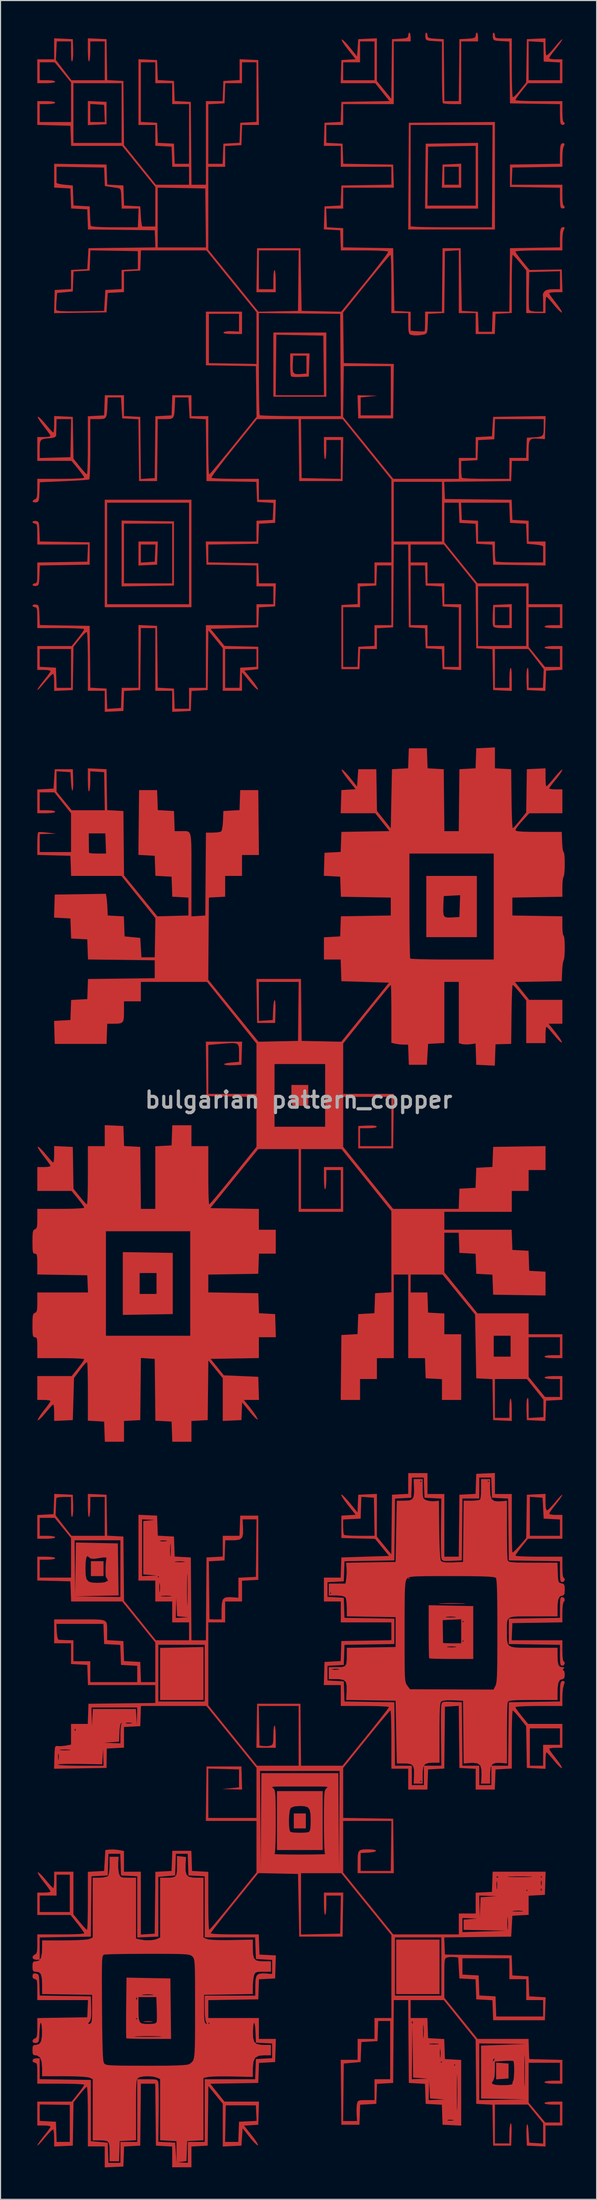
<source format=kicad_pcb>
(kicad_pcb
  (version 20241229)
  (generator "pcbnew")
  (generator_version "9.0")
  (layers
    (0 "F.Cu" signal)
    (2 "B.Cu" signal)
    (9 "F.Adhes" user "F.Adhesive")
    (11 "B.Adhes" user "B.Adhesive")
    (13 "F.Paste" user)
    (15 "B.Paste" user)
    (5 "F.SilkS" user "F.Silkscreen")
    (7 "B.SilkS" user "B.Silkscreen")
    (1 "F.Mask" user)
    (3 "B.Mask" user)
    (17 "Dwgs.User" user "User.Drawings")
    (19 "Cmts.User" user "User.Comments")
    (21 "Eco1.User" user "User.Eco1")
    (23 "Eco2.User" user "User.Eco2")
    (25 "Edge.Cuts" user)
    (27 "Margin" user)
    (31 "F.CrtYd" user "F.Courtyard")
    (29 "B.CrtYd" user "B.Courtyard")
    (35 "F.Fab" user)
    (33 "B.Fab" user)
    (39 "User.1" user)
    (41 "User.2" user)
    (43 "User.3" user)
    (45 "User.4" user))
  (footprint "bulgarian pattern_copper"
    (layer "F.Cu")
    (at 25.067 100.337)
    (property "Reference" "bulgarian pattern_copper" (at 0 0 0) (layer "F.Fab") (effects (font (size 1.524 1.524) (thickness 0.3))))
    (attr board_only exclude_from_pos_files exclude_from_bom)
    (fp_poly (pts (xy 0.68 68.482) (xy -0.454 68.482) (xy -0.454 67.078) (xy 0.68 67.078)) (stroke (width 0) (type solid)) (fill yes) (layer "F.Cu"))
    (fp_poly (pts (xy 10.432 44.976) (xy 10.375 45.046) (xy 10.319 44.976) (xy 10.375 44.906)) (stroke (width 0) (type solid)) (fill yes) (layer "F.Cu"))
    (fp_poly (pts (xy 13.267 84.059) (xy 9.185 84.059) (xy 9.185 78.936) (xy 13.267 78.936)) (stroke (width 0) (type solid)) (fill yes) (layer "F.Cu"))
    (fp_poly (pts (xy -8.958 56.413) (xy -13.04 56.413) (xy -13.04 51.514) (xy -10.999 51.473) (xy -8.958 51.431)) (stroke (width 0) (type solid)) (fill yes) (layer "F.Cu"))
    (fp_poly (pts (xy -18.37 44.766) (xy -19.562 44.766) (xy -19.561 44.065) (xy -19.56 43.363) (xy -18.965 43.363) (xy -18.37 43.362)) (stroke (width 0) (type solid)) (fill yes) (layer "F.Cu"))
    (fp_poly (pts (xy 19.18 90.542) (xy 19.764 90.584) (xy 19.764 91.987) (xy 19.18 92.03) (xy 18.596 92.072) (xy 18.596 90.499)) (stroke (width 0) (type solid)) (fill yes) (layer "F.Cu"))
    (fp_poly (pts (xy -13.806 86.623) (xy -13.72 86.651) (xy -13.836 86.671) (xy -14.127 86.68) (xy -14.174 86.68) (xy -14.486 86.673) (xy -14.624 86.654) (xy -14.565 86.627) (xy -14.543 86.623) (xy -14.145 86.6)) (stroke (width 0) (type solid)) (fill yes) (layer "F.Cu"))
    (fp_poly (pts (xy 0.907 0.561) (xy 0.189 0.561) (xy -0.196 0.548) (xy -0.485 0.512) (xy -0.605 0.468) (xy -0.644 0.288) (xy -0.671 -0.086) (xy -0.68 -0.515) (xy -0.68 -1.403) (xy 0.907 -1.403)) (stroke (width 0) (type solid)) (fill yes) (layer "F.Cu"))
    (fp_poly (pts (xy -10.092 -46.309) (xy -18.256 -46.309) (xy -18.256 -56.133) (xy -18.029 -56.133) (xy -18.029 -46.59) (xy -10.319 -46.59) (xy -10.319 -56.133) (xy -18.029 -56.133) (xy -18.256 -56.133) (xy -18.256 -56.413) (xy -10.092 -56.413)) (stroke (width 0) (type solid)) (fill yes) (layer "F.Cu"))
    (fp_poly (pts (xy 15.308 -85.743) (xy 13.484 -85.743) (xy 13.544 -87.707) (xy 13.721 -87.707) (xy 13.721 -86.023) (xy 15.081 -86.023) (xy 15.081 -87.707) (xy 13.721 -87.707) (xy 13.544 -87.707) (xy 13.55 -87.918) (xy 15.308 -88)) (stroke (width 0) (type solid)) (fill yes) (layer "F.Cu"))
    (fp_poly (pts (xy -14.202 -54.416) (xy -11.736 -54.378) (xy -11.736 -48.344) (xy -14.202 -48.306) (xy -16.669 -48.269) (xy -16.669 -54.168) (xy -16.442 -54.168) (xy -16.442 -48.555) (xy -11.906 -48.555) (xy -11.906 -54.168) (xy -16.442 -54.168) (xy -16.669 -54.168) (xy -16.669 -54.454)) (stroke (width 0) (type solid)) (fill yes) (layer "F.Cu"))
    (fp_poly (pts (xy -14.202 14.346) (xy -11.85 14.384) (xy -11.85 20.138) (xy -14.202 20.175) (xy -16.555 20.213) (xy -16.555 16.278) (xy -14.968 16.278) (xy -14.968 18.243) (xy -13.38 18.243) (xy -13.38 16.278) (xy -14.968 16.278) (xy -16.555 16.278) (xy -16.555 14.308)) (stroke (width 0) (type solid)) (fill yes) (layer "F.Cu"))
    (fp_poly (pts (xy -13.324 -50.309) (xy -14.202 -50.268) (xy -15.081 -50.227) (xy -15.081 -52.203) (xy -14.854 -52.203) (xy -14.854 -50.505) (xy -13.55 -50.59) (xy -13.516 -51.396) (xy -13.482 -52.203) (xy -14.854 -52.203) (xy -15.081 -52.203) (xy -15.081 -52.484) (xy -13.257 -52.484)) (stroke (width 0) (type solid)) (fill yes) (layer "F.Cu"))
    (fp_poly (pts (xy 2.608 -66.096) (xy -2.381 -66.096) (xy -2.381 -66.236) (xy -2.159 -66.236) (xy 2.386 -66.236) (xy 2.325 -71.84) (xy 0.113 -71.88) (xy -2.098 -71.92) (xy -2.128 -69.078) (xy -2.159 -66.236) (xy -2.381 -66.236) (xy -2.381 -72.13) (xy 2.608 -72.13)) (stroke (width 0) (type solid)) (fill yes) (layer "F.Cu"))
    (fp_poly (pts (xy -18.965 -93.853) (xy -18.086 -93.812) (xy -18.086 -91.707) (xy -18.965 -91.666) (xy -19.844 -91.625) (xy -19.844 -91.917) (xy -19.617 -91.917) (xy -18.245 -91.917) (xy -18.279 -92.724) (xy -18.313 -93.531) (xy -19.617 -93.615) (xy -19.617 -91.917) (xy -19.844 -91.917) (xy -19.844 -93.894)) (stroke (width 0) (type solid)) (fill yes) (layer "F.Cu"))
    (fp_poly (pts (xy 16.896 -83.778) (xy 11.902 -83.778) (xy 11.905 -84.059) (xy 12.128 -84.059) (xy 16.669 -84.059) (xy 16.669 -89.678) (xy 14.429 -89.64) (xy 12.19 -89.602) (xy 12.159 -86.83) (xy 12.128 -84.059) (xy 11.905 -84.059) (xy 11.932 -86.83) (xy 11.963 -89.882) (xy 16.896 -89.958)) (stroke (width 0) (type solid)) (fill yes) (layer "F.Cu"))
    (fp_poly (pts (xy 15.356 47.324) (xy 15.444 47.327) (xy 15.667 47.341) (xy 15.679 47.354) (xy 15.493 47.364) (xy 15.124 47.371) (xy 14.587 47.374) (xy 14.458 47.374) (xy 13.883 47.372) (xy 13.469 47.366) (xy 13.232 47.356) (xy 13.186 47.344) (xy 13.348 47.33) (xy 13.403 47.328) (xy 14.009 47.311) (xy 14.706 47.31)) (stroke (width 0) (type solid)) (fill yes) (layer "F.Cu"))
    (fp_poly (pts (xy 16.782 -15.296) (xy 12.02 -15.296) (xy 12.02 -17.742) (xy 13.614 -17.742) (xy 13.65 -17.382) (xy 13.773 -17.198) (xy 14.019 -17.138) (xy 14.423 -17.148) (xy 14.428 -17.149) (xy 15.138 -17.191) (xy 15.205 -19.239) (xy 14.434 -19.197) (xy 13.664 -19.155) (xy 13.629 -18.329) (xy 13.614 -17.742) (xy 12.02 -17.742) (xy 12.02 -21.05) (xy 16.782 -21.05)) (stroke (width 0) (type solid)) (fill yes) (layer "F.Cu"))
    (fp_poly (pts (xy 20.071 -44.345) (xy 19.217 -44.345) (xy 18.727 -44.363) (xy 18.434 -44.42) (xy 18.308 -44.524) (xy 18.304 -44.535) (xy 18.278 -44.768) (xy 18.27 -45.185) (xy 18.279 -45.623) (xy 18.305 -46.309) (xy 18.483 -46.309) (xy 18.483 -44.625) (xy 19.844 -44.625) (xy 19.844 -46.309) (xy 18.483 -46.309) (xy 18.305 -46.309) (xy 18.313 -46.52) (xy 20.071 -46.602)) (stroke (width 0) (type solid)) (fill yes) (layer "F.Cu"))
    (fp_poly (pts (xy 18.483 -81.813) (xy 10.316 -81.813) (xy 10.346 -86.83) (xy 10.374 -91.636) (xy 10.546 -91.636) (xy 10.546 -82.109) (xy 11.141 -82.066) (xy 11.41 -82.055) (xy 11.87 -82.045) (xy 12.485 -82.037) (xy 13.219 -82.03) (xy 14.037 -82.026) (xy 14.902 -82.025) (xy 14.968 -82.025) (xy 18.2 -82.026) (xy 18.229 -86.831) (xy 18.259 -91.636) (xy 10.546 -91.636) (xy 10.374 -91.636) (xy 10.375 -91.847) (xy 14.429 -91.884) (xy 18.483 -91.921)) (stroke (width 0) (type solid)) (fill yes) (layer "F.Cu"))
    (fp_poly (pts (xy 0.964 -67.991) (xy 0.165 -67.95) (xy -0.242 -67.943) (xy -0.555 -67.963) (xy -0.711 -68.006) (xy -0.714 -68.008) (xy -0.753 -68.188) (xy -0.781 -68.57) (xy -0.785 -68.725) (xy -0.56 -68.725) (xy -0.509 -68.403) (xy -0.359 -68.252) (xy -0.074 -68.218) (xy 0.14 -68.229) (xy 0.737 -68.271) (xy 0.737 -69.955) (xy -0.51 -69.955) (xy -0.545 -69.271) (xy -0.56 -68.725) (xy -0.785 -68.725) (xy -0.794 -69.075) (xy -0.794 -69.137) (xy -0.794 -70.166) (xy 1.03 -70.166)) (stroke (width 0) (type solid)) (fill yes) (layer "F.Cu"))
    (fp_poly (pts (xy 2.268 70.517) (xy -2.041 70.517) (xy -2.041 67.709) (xy -0.912 67.709) (xy -0.903 68.19) (xy -0.86 68.582) (xy -0.783 68.797) (xy -0.765 68.81) (xy -0.552 68.857) (xy -0.197 68.883) (xy 0.218 68.889) (xy 0.608 68.874) (xy 0.891 68.838) (xy 0.955 68.818) (xy 1.054 68.704) (xy 1.11 68.446) (xy 1.132 67.985) (xy 1.134 67.755) (xy 1.115 67.122) (xy 1.032 66.718) (xy 0.85 66.492) (xy 0.53 66.395) (xy 0.113 66.377) (xy -0.386 66.415) (xy -0.693 66.528) (xy -0.745 66.577) (xy -0.832 66.816) (xy -0.888 67.222) (xy -0.912 67.709) (xy -2.041 67.709) (xy -2.041 64.973) (xy 2.268 64.973)) (stroke (width 0) (type solid)) (fill yes) (layer "F.Cu"))
    (fp_poly (pts (xy 25.044 -89.798) (xy 24.967 -89.641) (xy 24.895 -89.418) (xy 24.847 -89.006) (xy 24.833 -88.594) (xy 24.833 -87.713) (xy 20.127 -87.637) (xy 20.059 -86.023) (xy 24.833 -86.023) (xy 24.833 -85.041) (xy 24.848 -84.537) (xy 24.888 -84.189) (xy 24.946 -84.059) (xy 24.946 -84.059) (xy 25.057 -83.952) (xy 25.06 -83.918) (xy 24.974 -83.798) (xy 24.798 -83.793) (xy 24.682 -83.871) (xy 24.642 -84.051) (xy 24.615 -84.425) (xy 24.606 -84.851) (xy 24.606 -85.737) (xy 19.9 -85.813) (xy 19.9 -87.918) (xy 24.606 -87.994) (xy 24.606 -88.907) (xy 24.621 -89.443) (xy 24.671 -89.754) (xy 24.765 -89.895) (xy 24.781 -89.904) (xy 24.983 -89.927)) (stroke (width 0) (type solid)) (fill yes) (layer "F.Cu"))
    (fp_poly (pts (xy 25.015 46.83) (xy 25.055 47.043) (xy 24.946 47.222) (xy 24.888 47.397) (xy 24.847 47.769) (xy 24.833 48.209) (xy 24.833 49.11) (xy 20.127 49.186) (xy 20.059 50.8) (xy 24.833 50.8) (xy 24.833 51.782) (xy 24.848 52.286) (xy 24.888 52.634) (xy 24.946 52.765) (xy 24.946 52.765) (xy 25.047 52.878) (xy 25.06 52.975) (xy 24.965 53.147) (xy 24.833 53.186) (xy 24.714 53.159) (xy 24.645 53.039) (xy 24.614 52.766) (xy 24.606 52.28) (xy 24.606 52.206) (xy 24.606 51.227) (xy 22.197 51.189) (xy 19.787 51.151) (xy 19.787 48.765) (xy 22.197 48.727) (xy 24.606 48.689) (xy 24.606 47.71) (xy 24.612 47.195) (xy 24.64 46.9) (xy 24.703 46.765) (xy 24.816 46.731) (xy 24.833 46.73)) (stroke (width 0) (type solid)) (fill yes) (layer "F.Cu"))
    (fp_poly (pts (xy -24.582 -54.384) (xy -24.486 -54.283) (xy -24.436 -54.056) (xy -24.41 -53.635) (xy -24.403 -53.434) (xy -24.369 -52.49) (xy -22.021 -52.452) (xy -19.674 -52.414) (xy -19.674 -50.309) (xy -24.369 -50.233) (xy -24.403 -49.289) (xy -24.425 -48.787) (xy -24.464 -48.5) (xy -24.542 -48.363) (xy -24.682 -48.31) (xy -24.748 -48.3) (xy -24.973 -48.314) (xy -25.06 -48.405) (xy -24.965 -48.527) (xy -24.833 -48.555) (xy -24.714 -48.581) (xy -24.645 -48.701) (xy -24.614 -48.974) (xy -24.606 -49.461) (xy -24.606 -49.534) (xy -24.606 -50.514) (xy -19.9 -50.59) (xy -19.866 -51.396) (xy -19.832 -52.203) (xy -24.606 -52.203) (xy -24.606 -53.186) (xy -24.612 -53.702) (xy -24.64 -53.998) (xy -24.703 -54.133) (xy -24.815 -54.168) (xy -24.833 -54.168) (xy -25.017 -54.231) (xy -25.06 -54.318) (xy -24.963 -54.412) (xy -24.748 -54.423)) (stroke (width 0) (type solid)) (fill yes) (layer "F.Cu"))
    (fp_poly (pts (xy 16.862 -100.215) (xy 16.896 -99.921) (xy 16.896 -99.916) (xy 16.896 -99.495) (xy 15.308 -99.495) (xy 15.308 -93.601) (xy 14.476 -93.601) (xy 14.062 -93.613) (xy 13.74 -93.645) (xy 13.575 -93.689) (xy 13.569 -93.695) (xy 13.546 -93.857) (xy 13.526 -94.257) (xy 13.51 -94.85) (xy 13.499 -95.594) (xy 13.494 -96.443) (xy 13.494 -96.635) (xy 13.494 -99.482) (xy 12.728 -99.524) (xy 12.322 -99.552) (xy 12.09 -99.6) (xy 11.979 -99.695) (xy 11.936 -99.867) (xy 11.927 -99.951) (xy 11.939 -100.229) (xy 12.012 -100.337) (xy 12.111 -100.22) (xy 12.133 -100.063) (xy 12.159 -99.914) (xy 12.271 -99.825) (xy 12.516 -99.775) (xy 12.898 -99.747) (xy 13.664 -99.706) (xy 13.694 -96.794) (xy 13.725 -93.882) (xy 15.077 -93.882) (xy 15.107 -96.794) (xy 15.138 -99.706) (xy 15.903 -99.747) (xy 16.313 -99.779) (xy 16.545 -99.831) (xy 16.647 -99.924) (xy 16.669 -100.063) (xy 16.717 -100.287) (xy 16.782 -100.337)) (stroke (width 0) (type solid)) (fill yes) (layer "F.Cu"))
    (fp_poly (pts (xy 14.344 47.543) (xy 16.442 47.584) (xy 16.442 52.554) (xy 14.391 52.554) (xy 13.734 52.551) (xy 13.158 52.543) (xy 12.702 52.53) (xy 12.401 52.513) (xy 12.294 52.496) (xy 12.278 52.343) (xy 12.265 51.956) (xy 12.256 51.428) (xy 13.947 51.428) (xy 14.063 51.448) (xy 14.354 51.457) (xy 14.401 51.457) (xy 14.712 51.45) (xy 14.851 51.431) (xy 14.792 51.404) (xy 14.769 51.4) (xy 14.372 51.377) (xy 14.032 51.4) (xy 13.947 51.428) (xy 12.256 51.428) (xy 12.255 51.381) (xy 12.248 50.664) (xy 12.246 49.97) (xy 12.246 48.906) (xy 13.566 48.906) (xy 13.582 49.958) (xy 13.59 50.467) (xy 13.597 50.851) (xy 13.602 51.038) (xy 13.602 51.046) (xy 13.709 51.062) (xy 13.986 51.075) (xy 14.379 51.081) (xy 14.458 51.081) (xy 15.308 51.081) (xy 15.308 50.87) (xy 15.421 50.87) (xy 15.478 50.94) (xy 15.535 50.87) (xy 15.478 50.8) (xy 15.421 50.87) (xy 15.308 50.87) (xy 15.308 49.046) (xy 15.421 49.046) (xy 15.478 49.116) (xy 15.535 49.046) (xy 15.478 48.976) (xy 15.421 49.046) (xy 15.308 49.046) (xy 15.308 48.824) (xy 14.437 48.865) (xy 13.566 48.906) (xy 12.246 48.906) (xy 12.246 48.62) (xy 13.838 48.62) (xy 13.96 48.64) (xy 14.255 48.649) (xy 14.344 48.649) (xy 14.666 48.642) (xy 14.811 48.624) (xy 14.758 48.6) (xy 14.71 48.593) (xy 14.31 48.57) (xy 13.929 48.592) (xy 13.916 48.594) (xy 13.838 48.62) (xy 12.246 48.62) (xy 12.246 47.502)) (stroke (width 0) (type solid)) (fill yes) (layer "F.Cu"))
    (fp_poly (pts (xy -14.141 82.547) (xy -12.076 82.585) (xy -12.042 85.427) (xy -12.008 88.269) (xy -14.093 88.269) (xy -14.756 88.265) (xy -15.338 88.257) (xy -15.8 88.244) (xy -16.108 88.228) (xy -16.225 88.21) (xy -16.237 88.059) (xy -16.238 88.05) (xy -15.447 88.05) (xy -15.256 88.06) (xy -14.884 88.067) (xy -14.345 88.07) (xy -14.174 88.07) (xy -13.593 88.068) (xy -13.175 88.062) (xy -12.934 88.053) (xy -12.886 88.041) (xy -13.045 88.027) (xy -13.125 88.024) (xy -13.769 88.007) (xy -14.494 88.006) (xy -15.155 88.021) (xy -15.223 88.024) (xy -15.441 88.038) (xy -15.447 88.05) (xy -16.238 88.05) (xy -16.246 87.67) (xy -16.249 87.086) (xy -16.248 86.374) (xy -15.308 86.374) (xy -15.251 86.444) (xy -15.195 86.374) (xy -15.251 86.304) (xy -15.308 86.374) (xy -16.248 86.374) (xy -16.248 86.351) (xy -16.241 85.507) (xy -16.239 85.33) (xy -16.229 84.48) (xy -15.308 84.48) (xy -15.267 84.595) (xy -15.232 84.573) (xy -15.219 84.407) (xy -15.232 84.386) (xy -15.3 84.405) (xy -15.308 84.48) (xy -16.229 84.48) (xy -16.227 84.339) (xy -15.081 84.339) (xy -15.08 85.286) (xy -15.073 85.969) (xy -15.038 86.42) (xy -14.946 86.687) (xy -14.769 86.818) (xy -14.48 86.861) (xy -14.169 86.865) (xy -13.742 86.852) (xy -13.495 86.804) (xy -13.381 86.708) (xy -13.36 86.639) (xy -13.347 86.393) (xy -13.347 85.958) (xy -13.359 85.423) (xy -13.361 85.376) (xy -13.398 84.339) (xy -15.081 84.339) (xy -16.227 84.339) (xy -16.225 84.12) (xy -14.773 84.12) (xy -14.688 84.139) (xy -14.418 84.149) (xy -14.231 84.151) (xy -13.872 84.145) (xy -13.679 84.13) (xy -13.677 84.108) (xy -13.746 84.097) (xy -14.148 84.074) (xy -14.589 84.09) (xy -14.653 84.096) (xy -14.773 84.12) (xy -16.225 84.12) (xy -16.206 82.509)) (stroke (width 0) (type solid)) (fill yes) (layer "F.Cu"))
    (fp_poly (pts (xy 18.46 -100.22) (xy 18.483 -100.056) (xy 18.504 -99.909) (xy 18.601 -99.824) (xy 18.821 -99.786) (xy 19.214 -99.776) (xy 19.277 -99.776) (xy 20.071 -99.776) (xy 20.071 -97.048) (xy 20.075 -96.201) (xy 20.088 -95.454) (xy 20.108 -94.851) (xy 20.133 -94.435) (xy 20.161 -94.252) (xy 20.165 -94.247) (xy 20.284 -94.305) (xy 20.511 -94.522) (xy 20.801 -94.855) (xy 20.842 -94.906) (xy 21.425 -95.637) (xy 21.428 -95.846) (xy 21.658 -95.846) (xy 24.606 -95.846) (xy 24.606 -97.518) (xy 23.841 -97.559) (xy 23.075 -97.601) (xy 23.063 -98.513) (xy 23.051 -99.425) (xy 22.355 -99.467) (xy 21.658 -99.508) (xy 21.658 -95.846) (xy 21.428 -95.846) (xy 21.456 -97.671) (xy 21.488 -99.706) (xy 22.367 -99.747) (xy 23.246 -99.787) (xy 23.246 -99.033) (xy 23.259 -98.594) (xy 23.294 -98.277) (xy 23.324 -98.181) (xy 23.434 -98.229) (xy 23.66 -98.441) (xy 23.963 -98.775) (xy 24.118 -98.961) (xy 24.432 -99.332) (xy 24.676 -99.592) (xy 24.815 -99.706) (xy 24.833 -99.697) (xy 24.757 -99.537) (xy 24.557 -99.242) (xy 24.272 -98.871) (xy 24.209 -98.793) (xy 23.913 -98.418) (xy 23.693 -98.114) (xy 23.589 -97.937) (xy 23.586 -97.921) (xy 23.688 -97.861) (xy 23.953 -97.821) (xy 24.209 -97.811) (xy 24.833 -97.811) (xy 24.833 -95.566) (xy 21.594 -95.566) (xy 21.002 -94.825) (xy 20.716 -94.454) (xy 20.506 -94.157) (xy 20.412 -93.992) (xy 20.411 -93.983) (xy 20.518 -93.952) (xy 20.818 -93.924) (xy 21.277 -93.903) (xy 21.858 -93.888) (xy 22.529 -93.882) (xy 22.622 -93.882) (xy 24.833 -93.882) (xy 24.833 -92.899) (xy 24.848 -92.396) (xy 24.888 -92.047) (xy 24.946 -91.917) (xy 24.946 -91.917) (xy 25.057 -91.81) (xy 25.06 -91.777) (xy 24.974 -91.656) (xy 24.798 -91.652) (xy 24.682 -91.73) (xy 24.642 -91.91) (xy 24.615 -92.284) (xy 24.606 -92.709) (xy 24.606 -93.595) (xy 19.9 -93.671) (xy 19.839 -99.482) (xy 19.076 -99.524) (xy 18.671 -99.552) (xy 18.439 -99.6) (xy 18.328 -99.696) (xy 18.286 -99.869) (xy 18.277 -99.951) (xy 18.289 -100.229) (xy 18.362 -100.337)) (stroke (width 0) (type solid)) (fill yes) (layer "F.Cu"))
    (fp_poly (pts (xy 11.254 35.644) (xy 11.679 35.644) (xy 11.679 36.56) (xy 11.686 37.057) (xy 11.719 37.347) (xy 11.802 37.505) (xy 11.954 37.605) (xy 11.988 37.621) (xy 12.31 37.707) (xy 12.696 37.729) (xy 12.754 37.725) (xy 13.21 37.684) (xy 13.241 40.407) (xy 13.26 41.496) (xy 13.29 42.343) (xy 13.33 42.938) (xy 13.379 43.267) (xy 13.4 43.322) (xy 13.543 43.421) (xy 13.826 43.472) (xy 14.285 43.48) (xy 14.503 43.473) (xy 15.478 43.433) (xy 15.509 40.556) (xy 15.539 37.679) (xy 16.265 37.679) (xy 16.655 37.662) (xy 16.954 37.617) (xy 17.085 37.562) (xy 17.134 37.37) (xy 17.168 36.985) (xy 17.179 36.545) (xy 17.179 35.855) (xy 17.803 35.855) (xy 17.859 35.925) (xy 17.916 35.855) (xy 17.859 35.785) (xy 17.803 35.855) (xy 17.179 35.855) (xy 17.179 35.645) (xy 18.029 35.644) (xy 18.029 36.551) (xy 18.059 37.146) (xy 18.172 37.513) (xy 18.409 37.697) (xy 18.807 37.742) (xy 19.062 37.727) (xy 19.617 37.679) (xy 19.617 40.369) (xy 19.62 41.222) (xy 19.63 41.987) (xy 19.645 42.616) (xy 19.663 43.062) (xy 19.685 43.278) (xy 19.686 43.281) (xy 19.735 43.357) (xy 19.847 43.413) (xy 20.052 43.454) (xy 20.378 43.48) (xy 20.853 43.495) (xy 21.508 43.502) (xy 22.062 43.503) (xy 24.369 43.503) (xy 24.403 44.45) (xy 24.425 44.953) (xy 24.464 45.24) (xy 24.541 45.378) (xy 24.68 45.431) (xy 24.748 45.442) (xy 24.951 45.501) (xy 25.039 45.66) (xy 25.06 46.004) (xy 25.06 46.038) (xy 25.038 46.407) (xy 24.954 46.566) (xy 24.856 46.59) (xy 24.606 46.673) (xy 24.454 46.942) (xy 24.386 47.433) (xy 24.379 47.741) (xy 24.379 48.555) (xy 22.067 48.555) (xy 21.26 48.553) (xy 20.653 48.558) (xy 20.215 48.586) (xy 19.921 48.654) (xy 19.742 48.778) (xy 19.65 48.973) (xy 19.617 49.257) (xy 19.615 49.645) (xy 19.617 49.979) (xy 19.616 50.475) (xy 19.632 50.85) (xy 19.693 51.121) (xy 19.826 51.304) (xy 20.059 51.417) (xy 20.421 51.476) (xy 20.938 51.499) (xy 21.639 51.502) (xy 22.116 51.502) (xy 24.379 51.502) (xy 24.379 52.192) (xy 24.398 52.767) (xy 24.468 53.115) (xy 24.608 53.285) (xy 24.817 53.328) (xy 25.008 53.349) (xy 24.995 53.424) (xy 24.946 53.466) (xy 24.854 53.58) (xy 24.918 53.604) (xy 25.021 53.73) (xy 25.06 54.028) (xy 25.02 54.342) (xy 24.883 54.447) (xy 24.856 54.449) (xy 24.606 54.531) (xy 24.454 54.801) (xy 24.386 55.291) (xy 24.379 55.599) (xy 24.379 56.413) (xy 22.067 56.413) (xy 21.276 56.416) (xy 20.682 56.425) (xy 20.258 56.443) (xy 19.974 56.474) (xy 19.802 56.519) (xy 19.714 56.581) (xy 19.686 56.635) (xy 19.665 56.839) (xy 19.646 57.277) (xy 19.631 57.902) (xy 19.621 58.666) (xy 19.617 59.522) (xy 19.617 59.617) (xy 19.617 62.377) (xy 19.062 62.33) (xy 18.573 62.325) (xy 18.263 62.44) (xy 18.096 62.715) (xy 18.034 63.189) (xy 18.029 63.435) (xy 18.029 64.272) (xy 17.604 64.272) (xy 17.179 64.272) (xy 17.217 63.522) (xy 17.21 62.937) (xy 17.098 62.567) (xy 16.847 62.374) (xy 16.426 62.321) (xy 16.2 62.331) (xy 15.539 62.377) (xy 15.508 59.43) (xy 15.478 56.483) (xy 14.532 56.442) (xy 13.977 56.441) (xy 13.595 56.488) (xy 13.426 56.565) (xy 13.369 56.677) (xy 13.327 56.905) (xy 13.298 57.282) (xy 13.279 57.841) (xy 13.269 58.617) (xy 13.267 59.518) (xy 13.267 62.307) (xy 12.693 62.307) (xy 12.208 62.335) (xy 11.906 62.45) (xy 11.746 62.699) (xy 11.685 63.126) (xy 11.679 63.435) (xy 11.679 64.272) (xy 11.254 64.272) (xy 10.829 64.272) (xy 10.838 64.061) (xy 11.453 64.061) (xy 11.509 64.131) (xy 11.566 64.061) (xy 11.509 63.991) (xy 11.453 64.061) (xy 10.838 64.061) (xy 10.861 63.535) (xy 10.863 62.973) (xy 10.782 62.629) (xy 10.579 62.45) (xy 10.212 62.385) (xy 9.955 62.379) (xy 9.242 62.377) (xy 9.185 59.43) (xy 9.128 56.483) (xy 6.804 56.446) (xy 4.479 56.408) (xy 4.518 55.634) (xy 4.522 55.071) (xy 4.44 54.719) (xy 4.232 54.53) (xy 3.86 54.457) (xy 3.558 54.449) (xy 2.835 54.449) (xy 2.835 53.538) (xy 3.126 53.538) (xy 3.249 53.56) (xy 3.458 53.566) (xy 3.727 53.558) (xy 3.826 53.533) (xy 3.772 53.508) (xy 3.461 53.483) (xy 3.205 53.506) (xy 3.126 53.538) (xy 2.835 53.538) (xy 2.835 53.326) (xy 3.616 53.326) (xy 4.07 53.312) (xy 4.343 53.231) (xy 4.481 53.029) (xy 4.53 52.647) (xy 4.536 52.195) (xy 4.536 51.507) (xy 6.832 51.469) (xy 9.128 51.431) (xy 9.128 50.025) (xy 9.979 50.025) (xy 9.979 51.296) (xy 9.981 52.316) (xy 9.986 53.115) (xy 9.995 53.725) (xy 10.011 54.173) (xy 10.035 54.492) (xy 10.067 54.71) (xy 10.111 54.858) (xy 10.166 54.966) (xy 10.234 55.06) (xy 10.489 55.401) (xy 14.416 55.416) (xy 18.344 55.431) (xy 18.527 55.085) (xy 18.577 54.962) (xy 18.617 54.781) (xy 18.648 54.513) (xy 18.672 54.13) (xy 18.688 53.602) (xy 18.7 52.9) (xy 18.706 51.996) (xy 18.709 50.86) (xy 18.71 49.921) (xy 18.708 48.521) (xy 18.7 47.382) (xy 18.688 46.486) (xy 18.669 45.811) (xy 18.644 45.341) (xy 18.611 45.054) (xy 18.574 44.934) (xy 18.47 44.886) (xy 18.234 44.847) (xy 17.85 44.817) (xy 17.302 44.794) (xy 16.576 44.778) (xy 15.655 44.769) (xy 14.525 44.766) (xy 14.403 44.766) (xy 13.34 44.766) (xy 12.48 44.769) (xy 11.801 44.775) (xy 11.279 44.787) (xy 10.893 44.805) (xy 10.617 44.831) (xy 10.431 44.867) (xy 10.31 44.915) (xy 10.232 44.975) (xy 10.174 45.048) (xy 10.121 45.147) (xy 10.078 45.292) (xy 10.044 45.513) (xy 10.019 45.839) (xy 10.002 46.3) (xy 9.99 46.925) (xy 9.983 47.744) (xy 9.979 48.785) (xy 9.979 50.025) (xy 9.128 50.025) (xy 9.128 48.625) (xy 6.832 48.587) (xy 4.536 48.549) (xy 4.536 47.738) (xy 4.513 47.267) (xy 4.456 46.901) (xy 4.4 46.758) (xy 4.215 46.667) (xy 3.876 46.606) (xy 3.549 46.59) (xy 2.835 46.59) (xy 2.835 46.38) (xy 2.948 46.38) (xy 3.005 46.45) (xy 3.062 46.38) (xy 3.005 46.309) (xy 2.948 46.38) (xy 2.835 46.38) (xy 2.835 45.467) (xy 4.412 45.467) (xy 4.486 44.977) (xy 4.526 44.474) (xy 4.515 43.998) (xy 4.468 43.508) (xy 9.128 43.433) (xy 9.185 40.556) (xy 9.242 37.679) (xy 9.955 37.677) (xy 10.412 37.651) (xy 10.69 37.54) (xy 10.83 37.291) (xy 10.87 36.852) (xy 10.861 36.451) (xy 10.837 35.855) (xy 11.453 35.855) (xy 11.509 35.925) (xy 11.566 35.855) (xy 11.509 35.785) (xy 11.453 35.855) (xy 10.837 35.855) (xy 10.829 35.644)) (stroke (width 0) (type solid)) (fill yes) (layer "F.Cu"))
    (fp_poly (pts (xy 18.483 -31.166) (xy 19.248 -31.125) (xy 20.014 -31.083) (xy 20.045 -28.312) (xy 20.058 -27.464) (xy 20.078 -26.722) (xy 20.102 -26.126) (xy 20.129 -25.719) (xy 20.157 -25.544) (xy 20.162 -25.54) (xy 20.278 -25.633) (xy 20.505 -25.879) (xy 20.796 -26.227) (xy 20.837 -26.277) (xy 21.425 -27.014) (xy 21.488 -31.083) (xy 23.246 -31.165) (xy 23.246 -30.318) (xy 23.258 -29.872) (xy 23.29 -29.565) (xy 23.328 -29.47) (xy 23.44 -29.562) (xy 23.669 -29.809) (xy 23.976 -30.166) (xy 24.121 -30.343) (xy 24.434 -30.707) (xy 24.677 -30.955) (xy 24.815 -31.051) (xy 24.833 -31.032) (xy 24.756 -30.852) (xy 24.552 -30.545) (xy 24.263 -30.172) (xy 24.209 -30.107) (xy 23.912 -29.742) (xy 23.691 -29.452) (xy 23.589 -29.289) (xy 23.586 -29.277) (xy 23.688 -29.229) (xy 23.953 -29.197) (xy 24.209 -29.189) (xy 24.833 -29.189) (xy 24.833 -26.944) (xy 21.715 -26.94) (xy 21.063 -26.228) (xy 20.751 -25.868) (xy 20.52 -25.564) (xy 20.413 -25.372) (xy 20.411 -25.353) (xy 20.481 -25.292) (xy 20.706 -25.246) (xy 21.101 -25.215) (xy 21.685 -25.196) (xy 22.476 -25.19) (xy 22.593 -25.19) (xy 24.776 -25.19) (xy 24.81 -24.242) (xy 24.841 -23.768) (xy 24.892 -23.428) (xy 24.95 -23.295) (xy 24.952 -23.295) (xy 25.005 -23.168) (xy 25.04 -22.841) (xy 25.056 -22.393) (xy 25.054 -21.903) (xy 25.034 -21.451) (xy 24.995 -21.115) (xy 24.946 -20.98) (xy 24.888 -20.804) (xy 24.847 -20.432) (xy 24.833 -19.992) (xy 24.833 -19.091) (xy 20.127 -19.015) (xy 20.127 -17.331) (xy 24.833 -17.255) (xy 24.833 -16.346) (xy 24.849 -15.87) (xy 24.892 -15.545) (xy 24.946 -15.436) (xy 25.002 -15.31) (xy 25.038 -14.982) (xy 25.056 -14.533) (xy 25.056 -14.042) (xy 25.036 -13.587) (xy 24.996 -13.247) (xy 24.952 -13.114) (xy 24.892 -12.913) (xy 24.84 -12.52) (xy 24.811 -12.069) (xy 24.776 -11.156) (xy 20.366 -11.08) (xy 21.708 -9.402) (xy 24.833 -9.402) (xy 24.833 -7.157) (xy 23.536 -7.157) (xy 24.206 -6.319) (xy 24.502 -5.927) (xy 24.71 -5.607) (xy 24.799 -5.41) (xy 24.795 -5.379) (xy 24.683 -5.424) (xy 24.457 -5.63) (xy 24.16 -5.959) (xy 24.061 -6.077) (xy 23.749 -6.449) (xy 23.495 -6.728) (xy 23.345 -6.868) (xy 23.327 -6.876) (xy 23.283 -6.749) (xy 23.253 -6.422) (xy 23.246 -6.104) (xy 23.246 -5.333) (xy 21.431 -5.333) (xy 21.431 -9.342) (xy 20.832 -10.074) (xy 20.533 -10.427) (xy 20.294 -10.687) (xy 20.162 -10.804) (xy 20.154 -10.806) (xy 20.129 -10.672) (xy 20.103 -10.301) (xy 20.08 -9.733) (xy 20.061 -9.011) (xy 20.046 -8.178) (xy 20.045 -8.034) (xy 20.014 -5.262) (xy 19.277 -5.243) (xy 18.54 -5.223) (xy 18.506 -4.22) (xy 18.473 -3.216) (xy 17.599 -3.257) (xy 16.725 -3.298) (xy 16.659 -5.297) (xy 16.161 -5.227) (xy 15.778 -5.204) (xy 15.441 -5.231) (xy 15.371 -5.248) (xy 15.081 -5.338) (xy 15.081 -11.086) (xy 13.721 -11.086) (xy 13.721 -5.345) (xy 12.955 -5.304) (xy 12.19 -5.262) (xy 12.133 -4.28) (xy 12.076 -3.298) (xy 10.375 -3.298) (xy 10.342 -4.245) (xy 10.308 -5.192) (xy 9.874 -5.192) (xy 9.476 -5.217) (xy 9.103 -5.276) (xy 9.086 -5.28) (xy 8.731 -5.368) (xy 8.731 -8.087) (xy 8.729 -8.925) (xy 8.721 -9.659) (xy 8.71 -10.245) (xy 8.696 -10.641) (xy 8.68 -10.804) (xy 8.678 -10.806) (xy 8.588 -10.71) (xy 8.358 -10.441) (xy 8.011 -10.023) (xy 7.567 -9.482) (xy 7.048 -8.843) (xy 6.473 -8.132) (xy 6.41 -8.054) (xy 4.196 -5.303) (xy 4.196 -0.561) (xy 8.963 -0.561) (xy 8.932 2) (xy 8.901 4.561) (xy 5.613 4.561) (xy 5.613 2.456) (xy 6.492 2.415) (xy 6.974 2.41) (xy 7.274 2.448) (xy 7.371 2.52) (xy 7.264 2.599) (xy 6.971 2.65) (xy 6.577 2.666) (xy 5.783 2.666) (xy 5.783 4.35) (xy 8.731 4.35) (xy 8.731 -0.281) (xy 4.196 -0.281) (xy 4.196 4.418) (xy 8.899 10.244) (xy 15.071 10.244) (xy 15.104 9.297) (xy 15.138 8.35) (xy 15.898 8.308) (xy 16.659 8.267) (xy 16.692 7.326) (xy 16.725 6.385) (xy 17.486 6.344) (xy 18.246 6.302) (xy 18.28 5.361) (xy 18.313 4.42) (xy 20.779 4.383) (xy 23.246 4.345) (xy 23.246 6.596) (xy 21.658 6.596) (xy 21.658 8.56) (xy 20.071 8.56) (xy 20.071 10.525) (xy 13.721 10.525) (xy 13.721 12.209) (xy 20.06 12.209) (xy 20.094 13.156) (xy 20.127 14.103) (xy 20.888 14.145) (xy 21.648 14.186) (xy 21.681 15.127) (xy 21.715 16.068) (xy 22.48 16.109) (xy 23.246 16.151) (xy 23.246 18.389) (xy 20.779 18.351) (xy 18.313 18.313) (xy 18.28 17.372) (xy 18.246 16.431) (xy 17.486 16.39) (xy 16.725 16.349) (xy 16.692 15.408) (xy 16.659 14.467) (xy 15.898 14.425) (xy 15.138 14.384) (xy 15.104 13.437) (xy 15.071 12.49) (xy 13.721 12.49) (xy 13.721 16.212) (xy 15.281 18.14) (xy 16.842 20.067) (xy 21.658 20.067) (xy 21.658 22.032) (xy 24.833 22.032) (xy 24.833 24.277) (xy 23.983 24.277) (xy 23.554 24.26) (xy 23.255 24.213) (xy 23.133 24.144) (xy 23.132 24.137) (xy 23.236 24.064) (xy 23.512 24.013) (xy 23.869 23.997) (xy 24.606 23.997) (xy 24.606 22.313) (xy 21.658 22.313) (xy 21.658 26.039) (xy 22.426 26.982) (xy 23.195 27.926) (xy 24.606 27.926) (xy 24.606 26.242) (xy 23.869 26.242) (xy 23.484 26.222) (xy 23.22 26.17) (xy 23.132 26.102) (xy 23.238 26.031) (xy 23.523 25.982) (xy 23.943 25.961) (xy 23.983 25.961) (xy 24.833 25.961) (xy 24.833 28.194) (xy 23.302 28.277) (xy 23.269 29.23) (xy 23.235 30.183) (xy 22.361 30.142) (xy 21.488 30.101) (xy 21.454 29.133) (xy 21.453 28.608) (xy 21.485 28.208) (xy 21.539 28.017) (xy 21.605 28.035) (xy 21.644 28.297) (xy 21.658 28.82) (xy 21.658 28.887) (xy 21.658 29.904) (xy 23.048 29.82) (xy 23.047 28.179) (xy 22.271 27.21) (xy 21.494 26.242) (xy 18.483 26.242) (xy 18.483 29.891) (xy 19.844 29.891) (xy 19.844 28.978) (xy 19.86 28.502) (xy 19.902 28.175) (xy 19.957 28.066) (xy 20.014 28.197) (xy 20.054 28.551) (xy 20.07 29.071) (xy 20.071 29.125) (xy 20.071 30.183) (xy 18.313 30.101) (xy 18.281 28.178) (xy 18.25 26.255) (xy 17.488 26.213) (xy 16.725 26.172) (xy 16.669 23.174) (xy 16.65 22.172) (xy 18.37 22.172) (xy 18.37 24.137) (xy 19.957 24.137) (xy 19.957 22.172) (xy 18.37 22.172) (xy 16.65 22.172) (xy 16.612 20.176) (xy 15.081 18.299) (xy 13.55 16.422) (xy 10.546 16.419) (xy 10.546 18.103) (xy 12.123 18.103) (xy 12.156 19.05) (xy 12.19 19.997) (xy 12.955 20.039) (xy 13.721 20.08) (xy 13.721 22.032) (xy 15.308 22.032) (xy 15.308 28.207) (xy 13.494 28.207) (xy 13.494 26.255) (xy 12.728 26.213) (xy 11.963 26.172) (xy 11.929 25.225) (xy 11.896 24.277) (xy 10.319 24.277) (xy 10.319 16.419) (xy 8.958 16.419) (xy 8.958 24.277) (xy 7.371 24.277) (xy 7.371 26.242) (xy 5.783 26.242) (xy 5.783 28.207) (xy 3.964 28.207) (xy 3.995 25.154) (xy 4.025 22.102) (xy 4.786 22.061) (xy 5.546 22.02) (xy 5.58 21.079) (xy 5.613 20.138) (xy 6.373 20.096) (xy 7.134 20.055) (xy 7.167 19.114) (xy 7.2 18.173) (xy 7.966 18.131) (xy 8.731 18.09) (xy 8.731 14.272) (xy 8.73 10.455) (xy 6.385 7.543) (xy 4.04 4.631) (xy 0.227 4.631) (xy 0.227 10.244) (xy 3.969 10.244) (xy 3.969 6.596) (xy 2.608 6.596) (xy 2.608 7.508) (xy 2.592 7.984) (xy 2.55 8.311) (xy 2.495 8.42) (xy 2.438 8.289) (xy 2.398 7.936) (xy 2.381 7.417) (xy 2.381 7.367) (xy 2.381 6.315) (xy 4.196 6.315) (xy 4.196 10.525) (xy 0 10.525) (xy 0 4.631) (xy -3.807 4.631) (xy -8.311 10.174) (xy -6.027 10.212) (xy -3.742 10.25) (xy -3.742 12.209) (xy -2.154 12.209) (xy -2.154 14.454) (xy -3.732 14.454) (xy -3.765 15.401) (xy -3.799 16.349) (xy -6.152 16.387) (xy -8.504 16.424) (xy -8.504 18.097) (xy -6.152 18.135) (xy -3.799 18.173) (xy -3.732 20.055) (xy -2.971 20.096) (xy -2.211 20.138) (xy -2.145 22.313) (xy -3.742 22.313) (xy -3.742 24.272) (xy -6.015 24.31) (xy -8.289 24.348) (xy -7.665 25.119) (xy -7.041 25.891) (xy -5.42 25.961) (xy -3.799 26.031) (xy -3.732 28.207) (xy -5.152 28.207) (xy -4.504 29.018) (xy -4.201 29.42) (xy -3.974 29.767) (xy -3.861 29.997) (xy -3.855 30.031) (xy -3.928 30.029) (xy -4.124 29.858) (xy -4.407 29.55) (xy -4.586 29.337) (xy -5.317 28.441) (xy -5.352 29.271) (xy -5.386 30.101) (xy -6.265 30.142) (xy -7.144 30.183) (xy -7.144 26.163) (xy -7.822 25.333) (xy -8.5 24.503) (xy -8.561 30.101) (xy -9.327 30.143) (xy -10.092 30.184) (xy -10.092 32.136) (xy -11.896 32.136) (xy -11.929 31.189) (xy -11.963 30.241) (xy -12.726 30.2) (xy -13.489 30.159) (xy -13.55 24.348) (xy -14.2 24.306) (xy -14.85 24.264) (xy -14.911 30.101) (xy -15.677 30.143) (xy -16.442 30.184) (xy -16.442 32.136) (xy -18.246 32.136) (xy -18.279 31.189) (xy -18.313 30.241) (xy -19.844 30.158) (xy -19.844 27.452) (xy -19.847 26.608) (xy -19.857 25.862) (xy -19.872 25.26) (xy -19.89 24.845) (xy -19.912 24.662) (xy -19.914 24.658) (xy -20.017 24.712) (xy -20.228 24.933) (xy -20.504 25.277) (xy -20.566 25.359) (xy -21.148 26.146) (xy -21.204 28.124) (xy -21.261 30.101) (xy -22.14 30.142) (xy -23.019 30.183) (xy -23.019 29.405) (xy -23.032 28.981) (xy -23.067 28.698) (xy -23.101 28.628) (xy -23.214 28.72) (xy -23.442 28.965) (xy -23.743 29.315) (xy -23.835 29.427) (xy -24.145 29.784) (xy -24.398 30.032) (xy -24.549 30.131) (xy -24.568 30.124) (xy -24.533 29.986) (xy -24.366 29.706) (xy -24.1 29.338) (xy -24.004 29.216) (xy -23.704 28.829) (xy -23.478 28.516) (xy -23.365 28.33) (xy -23.359 28.308) (xy -23.461 28.252) (xy -23.726 28.216) (xy -23.983 28.207) (xy -24.606 28.207) (xy -24.606 25.961) (xy -21.367 25.961) (xy -20.775 25.22) (xy -20.489 24.849) (xy -20.279 24.553) (xy -20.186 24.388) (xy -20.184 24.378) (xy -20.292 24.347) (xy -20.592 24.32) (xy -21.05 24.298) (xy -21.631 24.284) (xy -22.302 24.277) (xy -22.395 24.277) (xy -24.606 24.277) (xy -24.606 23.295) (xy -24.612 22.779) (xy -24.64 22.483) (xy -24.703 22.348) (xy -24.815 22.313) (xy -24.833 22.313) (xy -24.947 22.289) (xy -25.014 22.18) (xy -25.048 21.928) (xy -25.059 21.478) (xy -25.06 21.206) (xy -25.054 20.646) (xy -25.029 20.306) (xy -24.972 20.124) (xy -24.872 20.041) (xy -24.833 20.027) (xy -24.71 19.952) (xy -24.641 19.785) (xy -24.612 19.458) (xy -24.606 19.028) (xy -24.606 18.103) (xy -19.832 18.103) (xy -19.866 17.296) (xy -19.9 16.489) (xy -24.606 16.413) (xy -24.606 15.434) (xy -24.612 14.918) (xy -24.64 14.623) (xy -24.703 14.489) (xy -24.816 14.454) (xy -24.833 14.454) (xy -24.947 14.43) (xy -25.014 14.321) (xy -25.048 14.07) (xy -25.059 13.619) (xy -25.06 13.348) (xy -25.054 12.788) (xy -25.029 12.447) (xy -24.998 12.349) (xy -18.143 12.349) (xy -18.143 22.172) (xy -10.205 22.172) (xy -10.205 12.349) (xy -18.143 12.349) (xy -24.998 12.349) (xy -24.972 12.266) (xy -24.872 12.183) (xy -24.833 12.168) (xy -24.71 12.094) (xy -24.641 11.926) (xy -24.612 11.6) (xy -24.606 11.169) (xy -24.606 10.244) (xy -22.395 10.244) (xy -21.715 10.239) (xy -21.12 10.224) (xy -20.643 10.201) (xy -20.321 10.172) (xy -20.186 10.139) (xy -20.184 10.134) (xy -20.259 9.989) (xy -20.458 9.707) (xy -20.739 9.346) (xy -20.783 9.292) (xy -21.382 8.56) (xy -24.606 8.56) (xy -24.606 6.315) (xy -23.983 6.315) (xy -23.641 6.298) (xy -23.414 6.255) (xy -23.359 6.214) (xy -23.433 6.074) (xy -23.631 5.791) (xy -23.914 5.419) (xy -24.004 5.305) (xy -24.293 4.921) (xy -24.494 4.609) (xy -24.573 4.421) (xy -24.568 4.397) (xy -24.457 4.441) (xy -24.231 4.648) (xy -23.933 4.976) (xy -23.835 5.095) (xy -23.522 5.466) (xy -23.269 5.746) (xy -23.118 5.886) (xy -23.101 5.894) (xy -23.056 5.767) (xy -23.026 5.439) (xy -23.019 5.116) (xy -23.019 4.338) (xy -22.14 4.379) (xy -21.261 4.42) (xy -21.198 8.349) (xy -20.61 9.086) (xy -20.313 9.444) (xy -20.075 9.706) (xy -19.94 9.821) (xy -19.933 9.823) (xy -19.905 9.69) (xy -19.881 9.319) (xy -19.862 8.752) (xy -19.849 8.032) (xy -19.844 7.201) (xy -19.844 7.087) (xy -19.844 4.35) (xy -18.256 4.35) (xy -18.256 2.374) (xy -17.377 2.415) (xy -16.499 2.456) (xy -16.432 4.338) (xy -15.671 4.379) (xy -14.911 4.42) (xy -14.881 7.332) (xy -14.85 10.244) (xy -13.494 10.244) (xy -13.494 4.363) (xy -12.728 4.322) (xy -11.963 4.28) (xy -11.896 2.386) (xy -10.092 2.386) (xy -10.092 4.35) (xy -8.504 4.35) (xy -8.504 7.087) (xy -8.5 7.928) (xy -8.489 8.665) (xy -8.471 9.255) (xy -8.448 9.654) (xy -8.422 9.821) (xy -8.418 9.823) (xy -8.319 9.728) (xy -8.081 9.459) (xy -7.727 9.041) (xy -7.277 8.501) (xy -6.754 7.865) (xy -6.18 7.157) (xy -6.15 7.121) (xy -3.969 4.418) (xy -3.969 -0.275) (xy -8.675 -0.351) (xy -8.705 -2.912) (xy -8.736 -5.473) (xy -5.32 -5.473) (xy -5.386 -3.298) (xy -6.111 -3.255) (xy -6.576 -3.247) (xy -6.885 -3.276) (xy -7.024 -3.33) (xy -6.978 -3.396) (xy -6.732 -3.462) (xy -6.407 -3.504) (xy -5.613 -3.578) (xy -5.613 -4.42) (xy -5.617 -4.797) (xy -5.65 -5.06) (xy -5.746 -5.227) (xy -5.938 -5.314) (xy -6.26 -5.337) (xy -6.745 -5.312) (xy -7.342 -5.263) (xy -8.504 -5.165) (xy -8.504 -0.561) (xy -3.969 -0.561) (xy -3.969 -3.368) (xy -2.268 -3.368) (xy -2.268 2.526) (xy 2.495 2.526) (xy 2.495 -3.368) (xy -2.268 -3.368) (xy -3.969 -3.368) (xy -3.969 -5.29) (xy -6.297 -8.188) (xy -8.624 -11.086) (xy -14.854 -11.086) (xy -14.854 -9.262) (xy -16.442 -9.262) (xy -16.442 -8.295) (xy -16.452 -7.744) (xy -16.513 -7.408) (xy -16.67 -7.233) (xy -16.966 -7.167) (xy -17.41 -7.157) (xy -18.019 -7.157) (xy -18.053 -6.21) (xy -18.086 -5.262) (xy -22.962 -5.262) (xy -22.995 -6.343) (xy -23.028 -7.424) (xy -22.258 -7.466) (xy -21.488 -7.508) (xy -21.455 -8.449) (xy -21.421 -9.39) (xy -20.661 -9.431) (xy -19.9 -9.472) (xy -19.867 -10.417) (xy -19.833 -11.362) (xy -16.692 -11.4) (xy -13.55 -11.437) (xy -13.55 -13.121) (xy -19.833 -13.196) (xy -19.867 -14.141) (xy -19.9 -15.086) (xy -20.661 -15.127) (xy -21.421 -15.168) (xy -21.455 -16.109) (xy -21.488 -17.05) (xy -22.258 -17.092) (xy -23.028 -17.134) (xy -22.995 -18.215) (xy -22.962 -19.296) (xy -18.148 -19.371) (xy -18.09 -19.053) (xy -18.05 -18.723) (xy -18.014 -18.256) (xy -18.002 -18.033) (xy -17.973 -17.331) (xy -17.212 -17.29) (xy -16.452 -17.248) (xy -16.419 -16.307) (xy -16.385 -15.366) (xy -15.648 -15.296) (xy -14.911 -15.226) (xy -14.854 -14.314) (xy -14.798 -13.402) (xy -13.55 -13.402) (xy -13.519 -15.242) (xy -13.487 -17.082) (xy -16.684 -21.05) (xy -21.421 -21.05) (xy -21.454 -21.997) (xy -21.488 -22.944) (xy -24.606 -23.022) (xy -24.606 -24.063) (xy -24.596 -24.573) (xy -24.567 -24.962) (xy -24.528 -25.156) (xy -24.521 -25.163) (xy -24.373 -25.18) (xy -24.066 -25.166) (xy -23.663 -25.124) (xy -23.642 -25.121) (xy -22.849 -25.019) (xy -23.614 -24.999) (xy -24.379 -24.979) (xy -24.379 -23.295) (xy -21.431 -23.295) (xy -21.431 -25.049) (xy -19.757 -25.049) (xy -19.75 -24.172) (xy -19.746 -23.704) (xy -19.741 -23.359) (xy -19.737 -23.225) (xy -19.63 -23.19) (xy -19.353 -23.165) (xy -18.966 -23.155) (xy -18.931 -23.155) (xy -18.132 -23.155) (xy -18.166 -24.102) (xy -18.2 -25.049) (xy -19.757 -25.049) (xy -21.431 -25.049) (xy -21.431 -26.938) (xy -22.215 -27.923) (xy -22.998 -28.908) (xy -24.379 -28.908) (xy -24.379 -27.224) (xy -23.642 -27.224) (xy -23.257 -27.204) (xy -22.994 -27.152) (xy -22.905 -27.084) (xy -23.011 -27.013) (xy -23.297 -26.964) (xy -23.716 -26.944) (xy -23.756 -26.944) (xy -24.606 -26.944) (xy -24.606 -29.176) (xy -23.841 -29.218) (xy -23.075 -29.259) (xy -23.019 -30.171) (xy -22.962 -31.083) (xy -21.261 -31.083) (xy -21.227 -30.186) (xy -21.22 -29.611) (xy -21.244 -29.229) (xy -21.287 -29.057) (xy -21.341 -29.114) (xy -21.394 -29.418) (xy -21.428 -29.82) (xy -21.488 -30.803) (xy -22.792 -30.887) (xy -22.792 -28.97) (xy -21.368 -27.224) (xy -18.249 -27.224) (xy -18.281 -29.014) (xy -18.313 -30.803) (xy -19.617 -30.887) (xy -19.617 -29.976) (xy -19.633 -29.495) (xy -19.676 -29.134) (xy -19.73 -28.978) (xy -19.791 -29.061) (xy -19.829 -29.402) (xy -19.844 -29.982) (xy -19.844 -30.029) (xy -19.844 -31.165) (xy -18.965 -31.124) (xy -18.086 -31.083) (xy -18.055 -29.16) (xy -18.023 -27.237) (xy -16.499 -27.154) (xy -16.468 -24.128) (xy -16.438 -21.102) (xy -14.868 -19.177) (xy -13.298 -17.252) (xy -11.837 -17.292) (xy -10.375 -17.331) (xy -10.375 -19.015) (xy -11.136 -19.056) (xy -11.896 -19.098) (xy -11.93 -20.039) (xy -11.963 -20.98) (xy -12.723 -21.021) (xy -13.484 -21.062) (xy -13.517 -22.003) (xy -13.55 -22.944) (xy -14.318 -22.986) (xy -15.086 -23.027) (xy -15.025 -29.119) (xy -13.324 -29.119) (xy -13.29 -28.178) (xy -13.257 -27.237) (xy -12.496 -27.195) (xy -11.736 -27.154) (xy -11.669 -25.26) (xy -11.06 -25.26) (xy -10.781 -25.265) (xy -10.561 -25.26) (xy -10.393 -25.215) (xy -10.27 -25.101) (xy -10.186 -24.888) (xy -10.133 -24.546) (xy -10.104 -24.045) (xy -10.092 -23.356) (xy -10.091 -22.449) (xy -10.092 -21.293) (xy -10.092 -21.168) (xy -10.092 -17.247) (xy -8.788 -17.331) (xy -8.758 -21.225) (xy -8.728 -25.119) (xy -8.077 -25.121) (xy -7.698 -25.14) (xy -7.404 -25.187) (xy -7.292 -25.23) (xy -7.215 -25.419) (xy -7.153 -25.806) (xy -7.121 -26.246) (xy -7.087 -27.154) (xy -6.327 -27.195) (xy -5.566 -27.237) (xy -5.533 -28.178) (xy -5.5 -29.119) (xy -3.799 -29.119) (xy -3.768 -26.067) (xy -3.738 -23.014) (xy -5.329 -23.014) (xy -5.329 -21.05) (xy -6.917 -21.05) (xy -6.917 -19.098) (xy -7.682 -19.056) (xy -8.448 -19.015) (xy -8.478 -15.154) (xy -8.508 -11.292) (xy -6.144 -8.379) (xy -3.781 -5.466) (xy -1.919 -5.504) (xy -0.057 -5.543) (xy 0.005 -11.086) (xy -3.742 -11.086) (xy -3.742 -7.424) (xy -2.438 -7.508) (xy -2.404 -8.455) (xy -2.372 -8.929) (xy -2.32 -9.269) (xy -2.259 -9.402) (xy -2.258 -9.402) (xy -2.203 -9.27) (xy -2.175 -8.902) (xy -2.177 -8.343) (xy -2.178 -8.315) (xy -2.211 -7.227) (xy -3.912 -7.227) (xy -3.943 -9.297) (xy -3.975 -11.367) (xy 0.222 -11.367) (xy 0.253 -8.455) (xy 0.283 -5.543) (xy 4.018 -5.466) (xy 8.507 -11.016) (xy 4.025 -11.156) (xy 3.992 -12.174) (xy 3.959 -13.191) (xy 2.381 -13.191) (xy 2.381 -15.283) (xy 3.147 -15.325) (xy 3.912 -15.366) (xy 3.979 -17.255) (xy 6.327 -17.293) (xy 8.675 -17.331) (xy 8.675 -19.015) (xy 6.327 -19.053) (xy 3.979 -19.091) (xy 3.912 -20.98) (xy 3.142 -21.021) (xy 2.372 -21.063) (xy 2.405 -22.144) (xy 2.436 -23.155) (xy 10.432 -23.155) (xy 10.432 -18.266) (xy 10.434 -17.122) (xy 10.44 -16.067) (xy 10.45 -15.135) (xy 10.462 -14.358) (xy 10.476 -13.769) (xy 10.493 -13.4) (xy 10.508 -13.285) (xy 10.635 -13.263) (xy 10.963 -13.243) (xy 11.464 -13.225) (xy 12.112 -13.21) (xy 12.881 -13.199) (xy 13.743 -13.193) (xy 14.476 -13.191) (xy 18.37 -13.191) (xy 18.37 -23.155) (xy 10.432 -23.155) (xy 2.436 -23.155) (xy 2.438 -23.225) (xy 3.198 -23.266) (xy 3.959 -23.308) (xy 3.992 -24.249) (xy 4.025 -25.19) (xy 6.287 -25.228) (xy 8.549 -25.266) (xy 7.208 -26.944) (xy 3.959 -26.944) (xy 4.025 -29.119) (xy 4.696 -29.162) (xy 5.367 -29.204) (xy 4.657 -30.092) (xy 4.354 -30.492) (xy 4.14 -30.817) (xy 4.045 -31.02) (xy 4.051 -31.06) (xy 4.173 -31.004) (xy 4.407 -30.785) (xy 4.71 -30.444) (xy 4.828 -30.299) (xy 5.5 -29.458) (xy 5.613 -31.083) (xy 7.314 -31.083) (xy 7.346 -29.119) (xy 7.377 -27.154) (xy 8.026 -26.342) (xy 8.675 -25.531) (xy 8.731 -28.307) (xy 8.788 -31.083) (xy 9.548 -31.125) (xy 10.309 -31.166) (xy 10.342 -32.107) (xy 10.375 -33.048) (xy 12.076 -33.048) (xy 12.11 -32.107) (xy 12.143 -31.166) (xy 13.664 -31.083) (xy 13.694 -28.172) (xy 13.725 -25.26) (xy 15.077 -25.26) (xy 15.107 -28.172) (xy 15.138 -31.083) (xy 15.898 -31.125) (xy 16.659 -31.166) (xy 16.692 -32.107) (xy 16.725 -33.048) (xy 18.483 -33.13)) (stroke (width 0) (type solid)) (fill yes) (layer "F.Cu"))
    (fp_poly (pts (xy 10.512 -100.215) (xy 10.546 -99.921) (xy 10.546 -99.916) (xy 10.546 -99.495) (xy 8.958 -99.495) (xy 8.958 -93.601) (xy 4.196 -93.601) (xy 4.196 -91.636) (xy 2.608 -91.636) (xy 2.608 -89.965) (xy 3.373 -89.924) (xy 4.139 -89.882) (xy 4.172 -88.938) (xy 4.206 -87.994) (xy 8.901 -87.918) (xy 8.968 -85.743) (xy 4.196 -85.743) (xy 4.196 -83.778) (xy 2.597 -83.778) (xy 2.631 -82.901) (xy 2.665 -82.024) (xy 3.43 -81.982) (xy 4.196 -81.941) (xy 4.196 -80.135) (xy 6.548 -80.097) (xy 8.901 -80.059) (xy 8.958 -77.112) (xy 9.015 -74.165) (xy 9.78 -74.124) (xy 10.546 -74.082) (xy 10.546 -72.297) (xy 11.179 -72.249) (xy 11.533 -72.232) (xy 11.783 -72.239) (xy 11.859 -72.259) (xy 11.884 -72.419) (xy 11.901 -72.778) (xy 11.906 -73.206) (xy 11.906 -74.095) (xy 13.489 -74.095) (xy 13.55 -80.059) (xy 15.251 -80.059) (xy 15.308 -77.112) (xy 15.365 -74.165) (xy 16.125 -74.124) (xy 16.885 -74.082) (xy 16.919 -73.142) (xy 16.952 -72.201) (xy 18.2 -72.201) (xy 18.267 -74.095) (xy 19.839 -74.095) (xy 19.9 -80.059) (xy 24.606 -80.135) (xy 24.606 -81.029) (xy 24.62 -81.549) (xy 24.668 -81.851) (xy 24.763 -81.995) (xy 24.793 -82.012) (xy 24.997 -82.047) (xy 25.048 -81.931) (xy 24.967 -81.783) (xy 24.895 -81.559) (xy 24.847 -81.147) (xy 24.833 -80.733) (xy 24.833 -79.849) (xy 22.622 -79.849) (xy 21.942 -79.843) (xy 21.346 -79.828) (xy 20.87 -79.806) (xy 20.547 -79.777) (xy 20.413 -79.744) (xy 20.411 -79.739) (xy 20.486 -79.596) (xy 20.687 -79.312) (xy 20.974 -78.941) (xy 21.072 -78.82) (xy 21.733 -78.01) (xy 23.255 -78.033) (xy 24.776 -78.056) (xy 24.809 -76.988) (xy 24.843 -75.919) (xy 24.214 -75.919) (xy 23.871 -75.903) (xy 23.643 -75.86) (xy 23.586 -75.818) (xy 23.66 -75.678) (xy 23.858 -75.395) (xy 24.141 -75.023) (xy 24.231 -74.91) (xy 24.52 -74.525) (xy 24.721 -74.213) (xy 24.8 -74.026) (xy 24.795 -74.001) (xy 24.683 -74.046) (xy 24.457 -74.252) (xy 24.16 -74.581) (xy 24.061 -74.699) (xy 23.749 -75.071) (xy 23.495 -75.35) (xy 23.345 -75.491) (xy 23.327 -75.498) (xy 23.283 -75.371) (xy 23.253 -75.044) (xy 23.246 -74.727) (xy 23.246 -73.955) (xy 21.431 -73.955) (xy 21.431 -75.468) (xy 21.675 -75.468) (xy 21.677 -74.892) (xy 21.688 -74.474) (xy 21.707 -74.279) (xy 21.865 -74.155) (xy 22.233 -74.099) (xy 22.392 -74.095) (xy 23.019 -74.095) (xy 23.019 -74.867) (xy 23.014 -75.3) (xy 23.002 -75.602) (xy 22.99 -75.687) (xy 23.03 -75.818) (xy 23.118 -75.968) (xy 23.305 -76.117) (xy 23.64 -76.189) (xy 23.94 -76.2) (xy 24.606 -76.2) (xy 24.606 -77.892) (xy 23.16 -77.853) (xy 21.715 -77.814) (xy 21.683 -76.138) (xy 21.675 -75.468) (xy 21.431 -75.468) (xy 21.431 -77.964) (xy 20.832 -78.696) (xy 20.533 -79.05) (xy 20.293 -79.309) (xy 20.16 -79.426) (xy 20.152 -79.428) (xy 20.127 -79.294) (xy 20.105 -78.923) (xy 20.087 -78.356) (xy 20.076 -77.637) (xy 20.071 -76.807) (xy 20.071 -76.698) (xy 20.071 -73.968) (xy 18.54 -73.885) (xy 18.506 -72.937) (xy 18.473 -71.99) (xy 16.669 -71.99) (xy 16.669 -73.955) (xy 15.081 -73.955) (xy 15.081 -79.863) (xy 13.777 -79.778) (xy 13.716 -73.967) (xy 12.953 -73.926) (xy 12.19 -73.885) (xy 12.157 -72.954) (xy 12.134 -72.456) (xy 12.094 -72.17) (xy 12.01 -72.027) (xy 11.857 -71.958) (xy 11.774 -71.936) (xy 11.322 -71.865) (xy 10.877 -71.859) (xy 10.537 -71.919) (xy 10.498 -71.935) (xy 10.398 -72.049) (xy 10.342 -72.31) (xy 10.32 -72.774) (xy 10.319 -72.987) (xy 10.319 -73.955) (xy 8.731 -73.955) (xy 8.731 -76.691) (xy 8.727 -77.533) (xy 8.715 -78.27) (xy 8.698 -78.859) (xy 8.675 -79.258) (xy 8.649 -79.425) (xy 8.645 -79.428) (xy 8.545 -79.332) (xy 8.308 -79.063) (xy 7.953 -78.646) (xy 7.504 -78.106) (xy 6.981 -77.469) (xy 6.406 -76.76) (xy 6.374 -76.721) (xy 4.19 -74.015) (xy 4.221 -71.634) (xy 4.252 -69.254) (xy 6.608 -69.216) (xy 8.963 -69.178) (xy 8.932 -66.62) (xy 8.901 -64.061) (xy 5.613 -64.061) (xy 5.547 -66.236) (xy 6.487 -66.212) (xy 7.427 -66.187) (xy 5.84 -66.026) (xy 5.84 -64.342) (xy 8.675 -64.342) (xy 8.675 -68.973) (xy 4.252 -68.973) (xy 4.221 -66.586) (xy 4.19 -64.199) (xy 6.552 -61.289) (xy 8.914 -58.378) (xy 15.081 -58.378) (xy 15.081 -60.049) (xy 15.308 -60.049) (xy 15.308 -59.307) (xy 15.321 -58.872) (xy 15.355 -58.561) (xy 15.384 -58.471) (xy 15.516 -58.442) (xy 15.838 -58.417) (xy 16.315 -58.397) (xy 16.911 -58.383) (xy 17.588 -58.378) (xy 17.651 -58.378) (xy 19.844 -58.378) (xy 19.844 -60.343) (xy 21.421 -60.343) (xy 21.454 -61.29) (xy 21.488 -62.237) (xy 22.055 -62.274) (xy 22.538 -62.311) (xy 22.838 -62.374) (xy 22.998 -62.503) (xy 23.063 -62.737) (xy 23.075 -63.117) (xy 23.075 -63.213) (xy 23.075 -63.991) (xy 18.493 -63.991) (xy 18.46 -63.044) (xy 18.426 -62.097) (xy 17.666 -62.055) (xy 16.906 -62.014) (xy 16.839 -60.132) (xy 16.073 -60.091) (xy 15.308 -60.049) (xy 15.081 -60.049) (xy 15.081 -60.343) (xy 16.669 -60.343) (xy 16.669 -62.294) (xy 17.434 -62.336) (xy 18.2 -62.377) (xy 18.256 -63.29) (xy 18.313 -64.202) (xy 20.784 -64.239) (xy 23.255 -64.277) (xy 23.222 -63.191) (xy 23.189 -62.105) (xy 22.653 -62.146) (xy 22.177 -62.165) (xy 21.884 -62.099) (xy 21.728 -61.899) (xy 21.667 -61.518) (xy 21.658 -61.035) (xy 21.658 -60.062) (xy 20.081 -60.062) (xy 20.047 -59.115) (xy 20.014 -58.167) (xy 16.862 -58.13) (xy 13.709 -58.093) (xy 13.777 -56.483) (xy 16.919 -56.446) (xy 20.06 -56.409) (xy 20.094 -55.464) (xy 20.127 -54.519) (xy 20.893 -54.477) (xy 21.658 -54.436) (xy 21.658 -52.484) (xy 23.246 -52.484) (xy 23.246 -50.233) (xy 18.313 -50.309) (xy 18.28 -51.25) (xy 18.246 -52.191) (xy 17.486 -52.232) (xy 16.725 -52.273) (xy 16.692 -53.214) (xy 16.659 -54.155) (xy 15.898 -54.197) (xy 15.138 -54.238) (xy 15.071 -56.133) (xy 15.297 -56.133) (xy 15.331 -55.326) (xy 15.365 -54.519) (xy 16.13 -54.477) (xy 16.896 -54.436) (xy 16.896 -52.484) (xy 18.483 -52.484) (xy 18.483 -51.595) (xy 18.494 -51.119) (xy 18.523 -50.762) (xy 18.559 -50.613) (xy 18.691 -50.584) (xy 19.013 -50.559) (xy 19.49 -50.538) (xy 20.086 -50.525) (xy 20.763 -50.519) (xy 20.826 -50.519) (xy 23.019 -50.519) (xy 23.019 -51.221) (xy 23.019 -51.647) (xy 23.02 -51.95) (xy 23.02 -52.028) (xy 22.918 -52.09) (xy 22.647 -52.153) (xy 22.265 -52.202) (xy 22.255 -52.203) (xy 21.488 -52.273) (xy 21.455 -53.214) (xy 21.421 -54.155) (xy 20.661 -54.197) (xy 19.9 -54.238) (xy 19.833 -56.133) (xy 15.297 -56.133) (xy 15.071 -56.133) (xy 13.721 -56.133) (xy 13.721 -52.41) (xy 15.281 -50.482) (xy 16.842 -48.555) (xy 21.658 -48.555) (xy 21.658 -46.59) (xy 24.833 -46.59) (xy 24.833 -44.345) (xy 23.983 -44.345) (xy 23.554 -44.362) (xy 23.255 -44.409) (xy 23.133 -44.479) (xy 23.132 -44.485) (xy 23.236 -44.558) (xy 23.512 -44.609) (xy 23.869 -44.625) (xy 24.606 -44.625) (xy 24.606 -46.309) (xy 21.658 -46.309) (xy 21.658 -42.583) (xy 22.426 -41.64) (xy 23.195 -40.696) (xy 24.606 -40.696) (xy 24.606 -42.38) (xy 23.869 -42.38) (xy 23.484 -42.4) (xy 23.22 -42.452) (xy 23.132 -42.52) (xy 23.238 -42.591) (xy 23.523 -42.64) (xy 23.943 -42.661) (xy 23.983 -42.661) (xy 24.833 -42.661) (xy 24.833 -40.428) (xy 24.068 -40.387) (xy 23.302 -40.345) (xy 23.269 -39.392) (xy 23.235 -38.439) (xy 22.361 -38.48) (xy 21.488 -38.521) (xy 21.454 -39.489) (xy 21.453 -40.014) (xy 21.485 -40.414) (xy 21.539 -40.605) (xy 21.605 -40.588) (xy 21.644 -40.326) (xy 21.658 -39.802) (xy 21.658 -39.742) (xy 21.658 -38.731) (xy 22.999 -38.731) (xy 23.039 -39.609) (xy 23.08 -40.486) (xy 22.35 -41.433) (xy 21.621 -42.38) (xy 18.483 -42.38) (xy 18.483 -38.731) (xy 19.844 -38.731) (xy 19.844 -39.635) (xy 19.86 -40.114) (xy 19.903 -40.474) (xy 19.957 -40.626) (xy 20.017 -40.543) (xy 20.056 -40.202) (xy 20.07 -39.622) (xy 20.071 -39.576) (xy 20.071 -38.439) (xy 19.192 -38.48) (xy 18.313 -38.521) (xy 18.281 -40.444) (xy 18.25 -42.367) (xy 17.488 -42.409) (xy 16.725 -42.45) (xy 16.667 -48.274) (xy 16.896 -48.274) (xy 16.896 -42.661) (xy 21.431 -42.661) (xy 21.431 -48.274) (xy 16.896 -48.274) (xy 16.667 -48.274) (xy 16.665 -48.485) (xy 15.166 -50.344) (xy 13.667 -52.203) (xy 10.546 -52.203) (xy 10.546 -50.519) (xy 12.133 -50.519) (xy 12.133 -48.555) (xy 13.721 -48.555) (xy 13.721 -46.59) (xy 15.308 -46.59) (xy 15.308 -40.404) (xy 14.429 -40.445) (xy 13.55 -40.486) (xy 13.517 -41.427) (xy 13.484 -42.368) (xy 12.723 -42.409) (xy 11.963 -42.45) (xy 11.93 -43.391) (xy 11.896 -44.332) (xy 11.136 -44.374) (xy 10.375 -44.415) (xy 10.33 -50.239) (xy 10.546 -50.239) (xy 10.546 -44.625) (xy 12.133 -44.625) (xy 12.133 -42.661) (xy 13.721 -42.661) (xy 13.721 -40.696) (xy 15.081 -40.696) (xy 15.081 -46.297) (xy 14.316 -46.338) (xy 13.55 -46.38) (xy 13.517 -47.321) (xy 13.484 -48.261) (xy 12.723 -48.303) (xy 11.963 -48.344) (xy 11.929 -49.291) (xy 11.896 -50.239) (xy 10.546 -50.239) (xy 10.33 -50.239) (xy 10.315 -52.203) (xy 8.962 -52.203) (xy 8.901 -44.415) (xy 8.136 -44.373) (xy 7.371 -44.332) (xy 7.371 -42.38) (xy 5.793 -42.38) (xy 5.76 -41.433) (xy 5.726 -40.486) (xy 4.025 -40.486) (xy 4.025 -46.309) (xy 4.196 -46.309) (xy 4.196 -40.696) (xy 5.546 -40.696) (xy 5.579 -41.643) (xy 5.613 -42.591) (xy 6.378 -42.632) (xy 7.144 -42.674) (xy 7.144 -44.625) (xy 8.731 -44.625) (xy 8.731 -50.239) (xy 7.381 -50.239) (xy 7.347 -49.291) (xy 7.314 -48.344) (xy 6.548 -48.303) (xy 5.783 -48.261) (xy 5.783 -46.309) (xy 4.196 -46.309) (xy 4.025 -46.309) (xy 4.025 -46.52) (xy 5.556 -46.603) (xy 5.556 -48.555) (xy 7.144 -48.555) (xy 7.144 -50.519) (xy 8.731 -50.519) (xy 8.731 -58.097) (xy 8.958 -58.097) (xy 8.958 -52.484) (xy 13.494 -52.484) (xy 13.494 -58.097) (xy 8.958 -58.097) (xy 8.731 -58.097) (xy 8.731 -58.31) (xy 6.434 -61.151) (xy 4.137 -63.991) (xy 0.222 -63.991) (xy 0.253 -61.22) (xy 0.283 -58.448) (xy 3.969 -58.371) (xy 3.969 -62.027) (xy 2.608 -62.027) (xy 2.608 -61.114) (xy 2.592 -60.638) (xy 2.55 -60.311) (xy 2.495 -60.202) (xy 2.438 -60.333) (xy 2.398 -60.686) (xy 2.381 -61.205) (xy 2.381 -61.255) (xy 2.381 -62.307) (xy 4.202 -62.307) (xy 4.17 -60.237) (xy 4.139 -58.167) (xy 0.057 -58.167) (xy 0.026 -61.079) (xy -0.005 -63.991) (xy -3.914 -63.991) (xy -6.1 -61.283) (xy -6.67 -60.57) (xy -7.18 -59.92) (xy -7.608 -59.359) (xy -7.935 -58.914) (xy -8.141 -58.612) (xy -8.207 -58.479) (xy -8.206 -58.477) (xy -8.073 -58.446) (xy -7.749 -58.419) (xy -7.271 -58.398) (xy -6.675 -58.384) (xy -5.997 -58.378) (xy -5.934 -58.378) (xy -3.742 -58.378) (xy -3.742 -56.413) (xy -2.145 -56.413) (xy -2.178 -55.326) (xy -2.211 -54.238) (xy -2.971 -54.197) (xy -3.732 -54.155) (xy -3.765 -53.214) (xy -3.799 -52.273) (xy -6.152 -52.236) (xy -8.504 -52.198) (xy -8.504 -50.525) (xy -6.152 -50.487) (xy -3.799 -50.449) (xy -3.765 -49.502) (xy -3.732 -48.555) (xy -2.145 -48.555) (xy -2.211 -46.38) (xy -2.971 -46.338) (xy -3.732 -46.297) (xy -3.799 -44.415) (xy -6.042 -44.345) (xy -8.285 -44.275) (xy -6.974 -42.669) (xy -3.799 -42.591) (xy -3.799 -40.486) (xy -4.455 -40.415) (xy -5.112 -40.345) (xy -4.432 -39.514) (xy -4.13 -39.122) (xy -3.914 -38.795) (xy -3.817 -38.588) (xy -3.818 -38.553) (xy -3.92 -38.586) (xy -4.141 -38.785) (xy -4.441 -39.113) (xy -4.606 -39.31) (xy -5.329 -40.197) (xy -5.329 -38.451) (xy -7.144 -38.451) (xy -7.144 -42.38) (xy -6.917 -42.38) (xy -6.917 -38.731) (xy -5.567 -38.731) (xy -5.533 -39.679) (xy -5.5 -40.626) (xy -4.734 -40.667) (xy -3.969 -40.709) (xy -3.969 -42.38) (xy -6.917 -42.38) (xy -7.144 -42.38) (xy -7.144 -42.459) (xy -7.822 -43.289) (xy -8.5 -44.119) (xy -8.561 -38.521) (xy -9.321 -38.48) (xy -10.082 -38.438) (xy -10.115 -37.497) (xy -10.149 -36.556) (xy -11.027 -36.515) (xy -11.906 -36.474) (xy -11.906 -38.451) (xy -13.494 -38.451) (xy -13.494 -44.345) (xy -14.85 -44.345) (xy -14.881 -41.433) (xy -14.911 -38.521) (xy -15.671 -38.48) (xy -16.432 -38.438) (xy -16.465 -37.497) (xy -16.499 -36.556) (xy -17.377 -36.515) (xy -18.256 -36.474) (xy -18.256 -38.451) (xy -19.844 -38.451) (xy -19.844 -41.179) (xy -19.848 -42.025) (xy -19.861 -42.772) (xy -19.881 -43.375) (xy -19.906 -43.791) (xy -19.935 -43.975) (xy -19.938 -43.979) (xy -20.057 -43.922) (xy -20.285 -43.704) (xy -20.574 -43.371) (xy -20.615 -43.321) (xy -21.198 -42.59) (xy -21.23 -40.556) (xy -21.261 -38.521) (xy -22.14 -38.48) (xy -23.019 -38.439) (xy -23.019 -39.193) (xy -23.032 -39.633) (xy -23.067 -39.95) (xy -23.098 -40.045) (xy -23.207 -39.997) (xy -23.433 -39.786) (xy -23.736 -39.451) (xy -23.891 -39.266) (xy -24.206 -38.895) (xy -24.449 -38.634) (xy -24.588 -38.521) (xy -24.606 -38.53) (xy -24.531 -38.689) (xy -24.33 -38.984) (xy -24.045 -39.356) (xy -23.983 -39.433) (xy -23.686 -39.808) (xy -23.466 -40.113) (xy -23.362 -40.29) (xy -23.359 -40.305) (xy -23.461 -40.366) (xy -23.726 -40.406) (xy -23.983 -40.415) (xy -24.606 -40.415) (xy -24.606 -42.38) (xy -24.379 -42.38) (xy -24.379 -40.709) (xy -23.614 -40.667) (xy -22.849 -40.626) (xy -22.815 -39.679) (xy -22.782 -38.731) (xy -21.431 -38.731) (xy -21.431 -42.38) (xy -24.379 -42.38) (xy -24.606 -42.38) (xy -24.606 -42.661) (xy -21.367 -42.661) (xy -20.775 -43.402) (xy -20.489 -43.773) (xy -20.279 -44.069) (xy -20.186 -44.234) (xy -20.184 -44.244) (xy -20.292 -44.275) (xy -20.592 -44.302) (xy -21.05 -44.324) (xy -21.631 -44.339) (xy -22.302 -44.345) (xy -22.395 -44.345) (xy -24.606 -44.345) (xy -24.606 -45.327) (xy -24.612 -45.843) (xy -24.64 -46.139) (xy -24.703 -46.274) (xy -24.815 -46.309) (xy -24.833 -46.309) (xy -25.017 -46.372) (xy -25.06 -46.459) (xy -24.963 -46.553) (xy -24.748 -46.564) (xy -24.582 -46.526) (xy -24.486 -46.425) (xy -24.436 -46.197) (xy -24.41 -45.777) (xy -24.403 -45.575) (xy -24.369 -44.631) (xy -22.021 -44.593) (xy -19.674 -44.555) (xy -19.643 -41.65) (xy -19.612 -38.744) (xy -18.849 -38.703) (xy -18.086 -38.661) (xy -18.053 -37.707) (xy -18.019 -36.753) (xy -16.725 -36.837) (xy -16.658 -38.731) (xy -15.081 -38.731) (xy -15.081 -44.637) (xy -14.202 -44.596) (xy -13.324 -44.555) (xy -13.293 -41.65) (xy -13.262 -38.744) (xy -12.499 -38.703) (xy -11.736 -38.661) (xy -11.703 -37.714) (xy -11.669 -36.767) (xy -10.319 -36.767) (xy -10.319 -38.731) (xy -8.731 -38.731) (xy -8.731 -44.625) (xy -3.969 -44.625) (xy -3.969 -46.59) (xy -2.381 -46.59) (xy -2.381 -48.274) (xy -3.969 -48.274) (xy -3.969 -50.233) (xy -8.675 -50.309) (xy -8.741 -52.484) (xy -3.969 -52.484) (xy -3.969 -54.436) (xy -3.203 -54.477) (xy -2.438 -54.519) (xy -2.404 -55.319) (xy -2.37 -56.119) (xy -3.141 -56.161) (xy -3.912 -56.203) (xy -3.979 -58.092) (xy -6.327 -58.129) (xy -8.675 -58.167) (xy -8.705 -61.073) (xy -8.736 -63.978) (xy -10.262 -64.061) (xy -10.319 -65.044) (xy -10.375 -66.026) (xy -11.623 -66.026) (xy -11.652 -65.324) (xy -11.683 -64.707) (xy -11.736 -64.318) (xy -11.844 -64.104) (xy -12.044 -64.012) (xy -12.368 -63.992) (xy -12.53 -63.991) (xy -13.262 -63.991) (xy -13.293 -61.079) (xy -13.324 -58.167) (xy -15.025 -58.167) (xy -15.055 -61.073) (xy -15.086 -63.978) (xy -16.612 -64.061) (xy -16.669 -65.044) (xy -16.725 -66.026) (xy -17.973 -66.026) (xy -18.002 -65.324) (xy -18.033 -64.707) (xy -18.086 -64.318) (xy -18.195 -64.104) (xy -18.394 -64.012) (xy -18.719 -63.992) (xy -18.882 -63.991) (xy -19.617 -63.991) (xy -19.617 -61.193) (xy -19.621 -60.336) (xy -19.634 -59.577) (xy -19.652 -58.962) (xy -19.676 -58.532) (xy -19.704 -58.332) (xy -19.709 -58.324) (xy -19.845 -58.298) (xy -20.173 -58.266) (xy -20.656 -58.231) (xy -21.259 -58.195) (xy -21.946 -58.161) (xy -22.085 -58.155) (xy -24.37 -58.055) (xy -24.403 -57.129) (xy -24.426 -56.633) (xy -24.466 -56.351) (xy -24.546 -56.218) (xy -24.691 -56.167) (xy -24.748 -56.158) (xy -24.988 -56.179) (xy -25.053 -56.287) (xy -24.924 -56.417) (xy -24.833 -56.454) (xy -24.71 -56.528) (xy -24.641 -56.696) (xy -24.612 -57.022) (xy -24.606 -57.453) (xy -24.606 -58.378) (xy -22.395 -58.378) (xy -21.715 -58.383) (xy -21.12 -58.398) (xy -20.643 -58.421) (xy -20.321 -58.45) (xy -20.186 -58.483) (xy -20.184 -58.488) (xy -20.259 -58.633) (xy -20.458 -58.915) (xy -20.739 -59.276) (xy -20.783 -59.33) (xy -21.382 -60.062) (xy -24.606 -60.062) (xy -24.606 -61.178) (xy -24.379 -61.178) (xy -24.379 -60.334) (xy -22.934 -60.373) (xy -21.488 -60.413) (xy -21.456 -62.202) (xy -21.424 -63.991) (xy -22.792 -63.991) (xy -22.806 -63.29) (xy -22.817 -62.846) (xy -22.829 -62.509) (xy -22.834 -62.412) (xy -22.95 -62.29) (xy -23.242 -62.212) (xy -23.359 -62.2) (xy -23.842 -62.158) (xy -24.142 -62.087) (xy -24.302 -61.944) (xy -24.367 -61.686) (xy -24.379 -61.269) (xy -24.379 -61.178) (xy -24.606 -61.178) (xy -24.606 -62.307) (xy -23.983 -62.307) (xy -23.641 -62.324) (xy -23.414 -62.367) (xy -23.359 -62.408) (xy -23.433 -62.549) (xy -23.631 -62.832) (xy -23.914 -63.203) (xy -24.004 -63.317) (xy -24.293 -63.701) (xy -24.494 -64.014) (xy -24.573 -64.201) (xy -24.568 -64.225) (xy -24.457 -64.181) (xy -24.231 -63.974) (xy -23.933 -63.646) (xy -23.835 -63.527) (xy -23.522 -63.156) (xy -23.269 -62.876) (xy -23.118 -62.736) (xy -23.101 -62.728) (xy -23.056 -62.855) (xy -23.026 -63.183) (xy -23.019 -63.506) (xy -23.019 -64.284) (xy -22.14 -64.243) (xy -21.261 -64.202) (xy -21.198 -60.273) (xy -20.61 -59.536) (xy -20.313 -59.178) (xy -20.075 -58.916) (xy -19.94 -58.801) (xy -19.933 -58.799) (xy -19.905 -58.932) (xy -19.881 -59.303) (xy -19.862 -59.87) (xy -19.849 -60.59) (xy -19.844 -61.42) (xy -19.844 -61.529) (xy -19.844 -64.259) (xy -19.078 -64.3) (xy -18.313 -64.342) (xy -18.279 -65.289) (xy -18.246 -66.236) (xy -16.442 -66.236) (xy -16.442 -64.285) (xy -15.677 -64.243) (xy -14.911 -64.202) (xy -14.85 -58.364) (xy -14.2 -58.406) (xy -13.55 -58.448) (xy -13.52 -61.354) (xy -13.489 -64.259) (xy -11.963 -64.342) (xy -11.929 -65.289) (xy -11.896 -66.236) (xy -10.092 -66.236) (xy -10.092 -64.272) (xy -8.504 -64.272) (xy -8.504 -61.535) (xy -8.5 -60.694) (xy -8.489 -59.957) (xy -8.471 -59.367) (xy -8.448 -58.968) (xy -8.422 -58.801) (xy -8.418 -58.799) (xy -8.319 -58.894) (xy -8.081 -59.164) (xy -7.727 -59.581) (xy -7.277 -60.121) (xy -6.754 -60.758) (xy -6.179 -61.466) (xy -6.148 -61.505) (xy -3.963 -64.211) (xy -3.994 -66.592) (xy -4.025 -68.973) (xy -8.731 -69.049) (xy -8.731 -74.095) (xy -5.329 -74.095) (xy -5.329 -71.99) (xy -6.243 -71.99) (xy -6.742 -72.006) (xy -7.02 -72.054) (xy -7.084 -72.136) (xy -7.082 -72.14) (xy -6.932 -72.218) (xy -6.617 -72.256) (xy -6.31 -72.254) (xy -5.613 -72.219) (xy -5.613 -73.885) (xy -8.448 -73.885) (xy -8.448 -69.254) (xy -6.208 -69.216) (xy -3.969 -69.177) (xy -3.969 -69.209) (xy -3.742 -69.209) (xy -3.74 -68.081) (xy -3.734 -67.043) (xy -3.724 -66.129) (xy -3.712 -65.371) (xy -3.697 -64.803) (xy -3.68 -64.458) (xy -3.666 -64.365) (xy -3.539 -64.343) (xy -3.212 -64.323) (xy -2.711 -64.305) (xy -2.066 -64.29) (xy -1.301 -64.279) (xy -0.444 -64.273) (xy 0.19 -64.272) (xy 3.972 -64.272) (xy 3.942 -69.078) (xy 3.912 -73.885) (xy 0.085 -73.921) (xy -3.742 -73.958) (xy -3.742 -69.209) (xy -3.969 -69.209) (xy -3.969 -74.034) (xy -8.687 -79.849) (xy -14.844 -79.849) (xy -14.878 -78.901) (xy -14.911 -77.954) (xy -15.677 -77.913) (xy -16.442 -77.871) (xy -16.442 -75.932) (xy -17.207 -75.891) (xy -17.973 -75.849) (xy -18.029 -74.937) (xy -18.086 -74.025) (xy -20.557 -73.987) (xy -23.028 -73.949) (xy -23.016 -74.344) (xy -22.823 -74.344) (xy -22.813 -74.242) (xy -22.698 -74.184) (xy -22.385 -74.144) (xy -21.866 -74.123) (xy -21.133 -74.12) (xy -20.542 -74.127) (xy -18.313 -74.165) (xy -18.256 -75.148) (xy -18.2 -76.13) (xy -17.434 -76.171) (xy -16.669 -76.213) (xy -16.669 -78.011) (xy -15.903 -78.053) (xy -15.138 -78.094) (xy -15.138 -79.778) (xy -19.606 -79.855) (xy -19.64 -78.904) (xy -19.674 -77.954) (xy -21.194 -77.871) (xy -21.228 -76.93) (xy -21.261 -75.99) (xy -21.998 -75.919) (xy -22.735 -75.849) (xy -22.794 -75.122) (xy -22.821 -74.678) (xy -22.823 -74.344) (xy -23.016 -74.344) (xy -22.995 -75.04) (xy -22.962 -76.13) (xy -22.197 -76.171) (xy -21.431 -76.213) (xy -21.431 -78.011) (xy -20.666 -78.053) (xy -19.9 -78.094) (xy -19.844 -79.077) (xy -19.787 -80.059) (xy -13.86 -80.129) (xy -13.267 -80.129) (xy -8.726 -80.129) (xy -8.788 -85.672) (xy -11.027 -85.71) (xy -13.267 -85.748) (xy -13.267 -80.129) (xy -13.86 -80.129) (xy -13.483 -80.134) (xy -13.55 -81.743) (xy -16.692 -81.78) (xy -19.833 -81.818) (xy -19.9 -83.708) (xy -20.661 -83.749) (xy -21.421 -83.79) (xy -21.455 -84.731) (xy -21.488 -85.672) (xy -22.253 -85.714) (xy -23.019 -85.755) (xy -23.019 -86.199) (xy -22.794 -86.199) (xy -22.691 -86.137) (xy -22.42 -86.074) (xy -22.039 -86.024) (xy -22.028 -86.023) (xy -21.261 -85.953) (xy -21.194 -84.071) (xy -20.434 -84.03) (xy -19.674 -83.988) (xy -19.642 -83.146) (xy -19.619 -82.673) (xy -19.592 -82.31) (xy -19.571 -82.164) (xy -19.445 -82.113) (xy -19.11 -82.072) (xy -18.586 -82.043) (xy -17.89 -82.027) (xy -17.334 -82.024) (xy -15.138 -82.024) (xy -15.104 -82.901) (xy -15.07 -83.778) (xy -16.658 -83.778) (xy -16.692 -84.725) (xy -16.715 -85.229) (xy -16.755 -85.517) (xy -16.832 -85.653) (xy -16.967 -85.703) (xy -17.009 -85.709) (xy -17.307 -85.752) (xy -17.686 -85.809) (xy -17.769 -85.822) (xy -18.246 -85.898) (xy -18.279 -86.768) (xy -18.313 -87.637) (xy -20.552 -87.675) (xy -22.792 -87.713) (xy -22.792 -87.008) (xy -22.792 -86.582) (xy -22.793 -86.278) (xy -22.794 -86.199) (xy -23.019 -86.199) (xy -23.019 -87.993) (xy -20.552 -87.955) (xy -18.086 -87.918) (xy -18.053 -86.977) (xy -18.019 -86.036) (xy -17.259 -85.994) (xy -16.499 -85.953) (xy -16.432 -84.071) (xy -15.671 -84.03) (xy -14.911 -83.988) (xy -14.854 -83.039) (xy -14.815 -82.565) (xy -14.764 -82.225) (xy -14.714 -82.092) (xy -14.713 -82.092) (xy -14.558 -82.093) (xy -14.259 -82.094) (xy -14.061 -82.094) (xy -13.494 -82.094) (xy -13.494 -85.816) (xy -15.054 -87.744) (xy -16.615 -89.672) (xy -21.421 -89.672) (xy -21.454 -90.619) (xy -21.488 -91.566) (xy -24.606 -91.644) (xy -24.606 -93.882) (xy -23.756 -93.882) (xy -23.327 -93.864) (xy -23.029 -93.817) (xy -22.906 -93.748) (xy -22.905 -93.741) (xy -23.009 -93.668) (xy -23.285 -93.618) (xy -23.642 -93.601) (xy -24.379 -93.601) (xy -24.379 -91.917) (xy -21.431 -91.917) (xy -21.431 -95.566) (xy -21.204 -95.566) (xy -21.204 -89.952) (xy -16.669 -89.952) (xy -16.669 -95.566) (xy -21.204 -95.566) (xy -21.431 -95.566) (xy -21.431 -95.643) (xy -22.199 -96.587) (xy -22.968 -97.53) (xy -24.379 -97.53) (xy -24.379 -95.846) (xy -23.642 -95.846) (xy -23.257 -95.827) (xy -22.994 -95.774) (xy -22.905 -95.706) (xy -23.011 -95.635) (xy -23.297 -95.586) (xy -23.716 -95.566) (xy -23.756 -95.566) (xy -24.606 -95.566) (xy -24.606 -97.811) (xy -23.019 -97.811) (xy -23.019 -99.787) (xy -22.14 -99.747) (xy -21.261 -99.706) (xy -21.227 -98.737) (xy -21.226 -98.213) (xy -21.258 -97.813) (xy -21.312 -97.621) (xy -21.378 -97.639) (xy -21.417 -97.901) (xy -21.431 -98.424) (xy -21.431 -98.485) (xy -21.431 -99.495) (xy -22.772 -99.495) (xy -22.853 -97.741) (xy -22.124 -96.794) (xy -21.394 -95.846) (xy -18.256 -95.846) (xy -18.256 -99.495) (xy -19.617 -99.495) (xy -19.617 -98.591) (xy -19.633 -98.112) (xy -19.676 -97.753) (xy -19.73 -97.601) (xy -19.791 -97.683) (xy -19.829 -98.024) (xy -19.844 -98.604) (xy -19.844 -98.651) (xy -19.844 -99.787) (xy -18.965 -99.747) (xy -18.086 -99.706) (xy -18.055 -97.782) (xy -18.023 -95.859) (xy -17.261 -95.818) (xy -16.499 -95.776) (xy -16.438 -89.742) (xy -14.939 -87.883) (xy -13.44 -86.023) (xy -10.319 -86.023) (xy -10.319 -87.707) (xy -11.896 -87.707) (xy -11.929 -88.654) (xy -11.963 -89.602) (xy -13.494 -89.685) (xy -13.494 -91.636) (xy -15.081 -91.636) (xy -15.081 -97.53) (xy -14.854 -97.53) (xy -14.854 -91.93) (xy -14.089 -91.888) (xy -13.324 -91.847) (xy -13.29 -90.906) (xy -13.257 -89.965) (xy -11.736 -89.882) (xy -11.703 -88.935) (xy -11.669 -87.988) (xy -10.319 -87.988) (xy -10.319 -93.601) (xy -11.906 -93.601) (xy -11.906 -95.566) (xy -13.494 -95.566) (xy -13.494 -97.53) (xy -14.854 -97.53) (xy -15.081 -97.53) (xy -15.081 -97.823) (xy -14.202 -97.782) (xy -13.324 -97.741) (xy -13.257 -95.859) (xy -12.496 -95.818) (xy -11.736 -95.776) (xy -11.703 -94.835) (xy -11.669 -93.894) (xy -10.149 -93.812) (xy -10.088 -86.023) (xy -8.731 -86.023) (xy -8.731 -93.588) (xy -8.504 -93.588) (xy -8.504 -87.988) (xy -7.154 -87.988) (xy -7.121 -88.935) (xy -7.087 -89.882) (xy -6.327 -89.924) (xy -5.566 -89.965) (xy -5.533 -90.906) (xy -5.5 -91.847) (xy -4.734 -91.888) (xy -3.969 -91.93) (xy -3.969 -97.53) (xy -5.329 -97.53) (xy -5.329 -95.566) (xy -6.907 -95.566) (xy -6.94 -94.619) (xy -6.974 -93.671) (xy -7.739 -93.63) (xy -8.504 -93.588) (xy -8.731 -93.588) (xy -8.731 -93.882) (xy -7.154 -93.882) (xy -7.121 -94.829) (xy -7.087 -95.776) (xy -6.322 -95.818) (xy -5.556 -95.859) (xy -5.556 -97.823) (xy -4.677 -97.782) (xy -3.799 -97.741) (xy -3.768 -94.689) (xy -3.738 -91.636) (xy -5.319 -91.636) (xy -5.353 -90.689) (xy -5.386 -89.742) (xy -6.152 -89.7) (xy -6.917 -89.659) (xy -6.917 -87.707) (xy -8.504 -87.707) (xy -8.504 -79.91) (xy -3.781 -74.088) (xy -0.057 -74.165) (xy 0.005 -79.849) (xy -3.742 -79.849) (xy -3.742 -76.2) (xy -2.381 -76.2) (xy -2.381 -77.112) (xy -2.365 -77.589) (xy -2.323 -77.915) (xy -2.268 -78.024) (xy -2.211 -77.894) (xy -2.171 -77.54) (xy -2.155 -77.021) (xy -2.154 -76.972) (xy -2.154 -75.919) (xy -3.975 -75.919) (xy -3.943 -77.989) (xy -3.912 -80.059) (xy 0.17 -80.059) (xy 0.227 -77.112) (xy 0.283 -74.165) (xy 2.145 -74.127) (xy 4.007 -74.088) (xy 6.25 -76.852) (xy 6.831 -77.573) (xy 7.351 -78.232) (xy 7.792 -78.804) (xy 8.133 -79.261) (xy 8.354 -79.577) (xy 8.436 -79.726) (xy 8.436 -79.732) (xy 8.31 -79.768) (xy 7.992 -79.8) (xy 7.52 -79.825) (xy 6.927 -79.842) (xy 6.251 -79.849) (xy 6.178 -79.849) (xy 3.979 -79.849) (xy 3.946 -80.796) (xy 3.912 -81.743) (xy 3.142 -81.785) (xy 2.372 -81.826) (xy 2.405 -82.907) (xy 2.438 -83.988) (xy 3.198 -84.03) (xy 3.959 -84.071) (xy 3.992 -85.012) (xy 4.025 -85.953) (xy 8.731 -86.029) (xy 8.731 -87.707) (xy 3.969 -87.707) (xy 3.969 -89.672) (xy 2.372 -89.672) (xy 2.438 -91.847) (xy 3.198 -91.888) (xy 3.959 -91.93) (xy 3.992 -92.871) (xy 4.025 -93.812) (xy 8.549 -93.888) (xy 7.208 -95.566) (xy 3.959 -95.566) (xy 4.019 -97.53) (xy 4.196 -97.53) (xy 4.196 -95.846) (xy 7.144 -95.846) (xy 7.144 -99.495) (xy 5.783 -99.495) (xy 5.783 -97.53) (xy 4.196 -97.53) (xy 4.019 -97.53) (xy 4.025 -97.741) (xy 5.367 -97.826) (xy 4.657 -98.714) (xy 4.354 -99.114) (xy 4.14 -99.439) (xy 4.045 -99.642) (xy 4.051 -99.682) (xy 4.173 -99.626) (xy 4.407 -99.407) (xy 4.71 -99.066) (xy 4.828 -98.921) (xy 5.5 -98.08) (xy 5.613 -99.706) (xy 6.492 -99.747) (xy 7.371 -99.787) (xy 7.371 -95.767) (xy 8.726 -94.107) (xy 8.788 -99.706) (xy 9.553 -99.747) (xy 9.963 -99.779) (xy 10.195 -99.831) (xy 10.297 -99.924) (xy 10.319 -100.063) (xy 10.367 -100.287) (xy 10.432 -100.337)) (stroke (width 0) (type solid)) (fill yes) (layer "F.Cu"))
    (fp_poly (pts (xy 18.483 37.048) (xy 20.071 37.048) (xy 20.071 39.761) (xy 20.073 40.604) (xy 20.081 41.349) (xy 20.093 41.949) (xy 20.109 42.362) (xy 20.127 42.542) (xy 20.128 42.545) (xy 20.232 42.492) (xy 20.455 42.285) (xy 20.751 41.967) (xy 20.807 41.902) (xy 21.429 41.187) (xy 21.432 40.977) (xy 21.771 40.977) (xy 24.606 40.977) (xy 24.606 39.446) (xy 23.841 39.404) (xy 23.075 39.363) (xy 23.019 38.381) (xy 22.962 37.398) (xy 22.367 37.356) (xy 21.771 37.314) (xy 21.771 40.977) (xy 21.432 40.977) (xy 21.458 39.152) (xy 21.488 37.118) (xy 23.246 37.036) (xy 23.246 37.813) (xy 23.27 38.329) (xy 23.343 38.571) (xy 23.384 38.591) (xy 23.525 38.498) (xy 23.775 38.251) (xy 24.088 37.898) (xy 24.178 37.789) (xy 24.477 37.437) (xy 24.705 37.2) (xy 24.824 37.115) (xy 24.833 37.127) (xy 24.757 37.286) (xy 24.557 37.581) (xy 24.272 37.952) (xy 24.209 38.03) (xy 23.913 38.405) (xy 23.693 38.709) (xy 23.589 38.887) (xy 23.586 38.902) (xy 23.688 38.962) (xy 23.953 39.002) (xy 24.209 39.012) (xy 24.833 39.012) (xy 24.833 41.257) (xy 21.594 41.257) (xy 21.002 41.999) (xy 20.716 42.37) (xy 20.506 42.666) (xy 20.412 42.831) (xy 20.411 42.841) (xy 20.518 42.872) (xy 20.818 42.899) (xy 21.277 42.92) (xy 21.858 42.935) (xy 22.529 42.941) (xy 22.622 42.941) (xy 24.833 42.941) (xy 24.833 43.924) (xy 24.848 44.428) (xy 24.888 44.776) (xy 24.946 44.906) (xy 24.946 44.906) (xy 25.047 45.02) (xy 25.06 45.117) (xy 24.965 45.288) (xy 24.833 45.327) (xy 24.714 45.3) (xy 24.645 45.181) (xy 24.614 44.908) (xy 24.606 44.421) (xy 24.606 44.348) (xy 24.606 43.368) (xy 19.787 43.292) (xy 19.756 40.387) (xy 19.726 37.481) (xy 18.963 37.44) (xy 18.2 37.398) (xy 18.166 36.451) (xy 18.132 35.504) (xy 17.009 35.504) (xy 17.009 37.469) (xy 15.426 37.469) (xy 15.395 40.38) (xy 15.365 43.292) (xy 14.433 43.333) (xy 13.974 43.349) (xy 13.692 43.337) (xy 13.539 43.283) (xy 13.466 43.174) (xy 13.433 43.042) (xy 13.414 42.8) (xy 13.4 42.328) (xy 13.393 41.678) (xy 13.394 40.901) (xy 13.401 40.095) (xy 13.437 37.479) (xy 12.643 37.439) (xy 11.85 37.398) (xy 11.816 36.451) (xy 11.782 35.504) (xy 10.669 35.504) (xy 10.602 37.398) (xy 9.076 37.481) (xy 9.015 43.292) (xy 4.319 43.368) (xy 4.286 44.312) (xy 4.252 45.257) (xy 3.487 45.298) (xy 2.721 45.34) (xy 2.721 46.718) (xy 3.487 46.759) (xy 4.252 46.801) (xy 4.286 47.745) (xy 4.319 48.689) (xy 6.667 48.727) (xy 9.015 48.765) (xy 9.015 51.151) (xy 6.667 51.189) (xy 4.319 51.227) (xy 4.252 53.115) (xy 3.487 53.157) (xy 2.721 53.198) (xy 2.721 54.576) (xy 3.487 54.618) (xy 4.252 54.659) (xy 4.319 56.548) (xy 6.667 56.586) (xy 9.015 56.624) (xy 9.045 59.606) (xy 9.076 62.588) (xy 10.659 62.588) (xy 10.659 64.412) (xy 11.793 64.412) (xy 11.793 62.588) (xy 12.615 62.588) (xy 13.437 62.588) (xy 13.402 59.896) (xy 13.394 59.034) (xy 13.394 58.25) (xy 13.4 57.596) (xy 13.414 57.121) (xy 13.433 56.875) (xy 13.433 56.873) (xy 13.478 56.711) (xy 13.566 56.616) (xy 13.744 56.573) (xy 14.061 56.569) (xy 14.433 56.583) (xy 15.365 56.624) (xy 15.395 59.606) (xy 15.426 62.588) (xy 17.009 62.588) (xy 17.009 64.412) (xy 18.143 64.412) (xy 18.143 62.588) (xy 19.726 62.588) (xy 19.756 59.606) (xy 19.787 56.624) (xy 22.197 56.586) (xy 24.606 56.548) (xy 24.606 55.634) (xy 24.621 55.099) (xy 24.671 54.787) (xy 24.765 54.646) (xy 24.781 54.637) (xy 24.988 54.617) (xy 25.047 54.782) (xy 24.97 55.014) (xy 24.896 55.299) (xy 24.846 55.752) (xy 24.833 56.131) (xy 24.833 56.975) (xy 22.622 56.975) (xy 21.942 56.98) (xy 21.346 56.995) (xy 20.87 57.018) (xy 20.547 57.047) (xy 20.413 57.08) (xy 20.411 57.085) (xy 20.486 57.23) (xy 20.685 57.512) (xy 20.966 57.873) (xy 21.01 57.927) (xy 21.608 58.659) (xy 24.833 58.659) (xy 24.833 60.904) (xy 24.209 60.904) (xy 23.868 60.921) (xy 23.641 60.963) (xy 23.586 61.005) (xy 23.66 61.145) (xy 23.858 61.428) (xy 24.141 61.8) (xy 24.231 61.914) (xy 24.52 62.298) (xy 24.721 62.61) (xy 24.8 62.798) (xy 24.795 62.822) (xy 24.683 62.777) (xy 24.457 62.571) (xy 24.16 62.242) (xy 24.061 62.124) (xy 23.749 61.752) (xy 23.495 61.473) (xy 23.345 61.333) (xy 23.327 61.325) (xy 23.283 61.452) (xy 23.253 61.78) (xy 23.246 62.103) (xy 23.246 62.88) (xy 22.367 62.839) (xy 21.488 62.798) (xy 21.456 60.834) (xy 21.428 59.08) (xy 21.771 59.08) (xy 21.771 62.588) (xy 23.019 62.588) (xy 23.019 60.623) (xy 24.606 60.623) (xy 24.606 59.08) (xy 21.771 59.08) (xy 21.428 59.08) (xy 21.424 58.869) (xy 20.836 58.132) (xy 20.54 57.775) (xy 20.301 57.513) (xy 20.167 57.397) (xy 20.159 57.396) (xy 20.132 57.529) (xy 20.108 57.9) (xy 20.089 58.467) (xy 20.076 59.186) (xy 20.071 60.016) (xy 20.071 60.126) (xy 20.071 62.856) (xy 19.305 62.897) (xy 18.54 62.939) (xy 18.506 63.886) (xy 18.473 64.833) (xy 16.669 64.833) (xy 16.669 62.881) (xy 15.903 62.84) (xy 15.138 62.798) (xy 15.107 59.88) (xy 15.077 56.961) (xy 14.427 57.003) (xy 13.777 57.045) (xy 13.747 59.95) (xy 13.716 62.856) (xy 12.19 62.939) (xy 12.156 63.886) (xy 12.123 64.833) (xy 10.319 64.833) (xy 10.319 62.869) (xy 8.731 62.869) (xy 8.731 60.132) (xy 8.727 59.29) (xy 8.715 58.554) (xy 8.698 57.964) (xy 8.675 57.565) (xy 8.649 57.398) (xy 8.645 57.396) (xy 8.545 57.491) (xy 8.308 57.76) (xy 7.953 58.178) (xy 7.504 58.717) (xy 6.981 59.354) (xy 6.406 60.062) (xy 6.377 60.098) (xy 4.196 62.801) (xy 4.196 67.494) (xy 6.548 67.532) (xy 8.901 67.57) (xy 8.932 70.131) (xy 8.963 72.692) (xy 5.556 72.692) (xy 5.556 71.654) (xy 5.565 71.083) (xy 5.619 70.728) (xy 5.762 70.538) (xy 6.038 70.461) (xy 6.491 70.446) (xy 6.579 70.446) (xy 7.029 70.473) (xy 7.264 70.538) (xy 7.282 70.62) (xy 7.08 70.699) (xy 6.657 70.753) (xy 6.609 70.756) (xy 5.84 70.797) (xy 5.84 72.481) (xy 8.675 72.481) (xy 8.706 70.131) (xy 8.737 67.78) (xy 4.196 67.78) (xy 4.196 72.63) (xy 6.555 75.538) (xy 8.914 78.445) (xy 15.081 78.445) (xy 15.081 78.235) (xy 15.421 78.235) (xy 19.56 78.095) (xy 17.548 78.056) (xy 15.535 78.018) (xy 15.535 77.393) (xy 19.654 77.393) (xy 19.659 77.802) (xy 19.673 78.005) (xy 19.694 77.968) (xy 19.699 77.922) (xy 19.718 77.458) (xy 19.701 76.959) (xy 19.7 76.94) (xy 19.679 76.807) (xy 19.663 76.927) (xy 19.655 77.273) (xy 19.654 77.393) (xy 15.535 77.393) (xy 15.535 77.056) (xy 16.839 76.955) (xy 16.13 76.928) (xy 15.421 76.902) (xy 15.421 77.568) (xy 15.421 78.235) (xy 15.081 78.235) (xy 15.081 76.481) (xy 16.669 76.481) (xy 16.669 74.797) (xy 17.009 74.797) (xy 17.031 75.814) (xy 17.053 76.831) (xy 17.077 76.263) (xy 20.113 76.263) (xy 20.216 76.282) (xy 20.499 76.292) (xy 20.637 76.293) (xy 20.978 76.287) (xy 21.148 76.271) (xy 21.123 76.247) (xy 21.063 76.238) (xy 20.637 76.215) (xy 20.212 76.238) (xy 20.113 76.263) (xy 17.077 76.263) (xy 17.093 75.891) (xy 17.132 74.95) (xy 17.893 74.901) (xy 18.653 74.852) (xy 17.831 74.824) (xy 17.009 74.797) (xy 16.669 74.797) (xy 16.669 74.529) (xy 18.2 74.446) (xy 18.205 74.306) (xy 21.431 74.306) (xy 21.488 74.376) (xy 21.545 74.306) (xy 21.488 74.235) (xy 22.792 74.235) (xy 22.833 74.351) (xy 22.868 74.329) (xy 22.881 74.162) (xy 22.868 74.142) (xy 22.8 74.161) (xy 22.792 74.235) (xy 21.488 74.235) (xy 21.431 74.306) (xy 18.205 74.306) (xy 18.222 73.814) (xy 18.627 73.814) (xy 18.636 74.118) (xy 18.659 74.201) (xy 18.676 74.13) (xy 18.695 73.721) (xy 18.685 73.604) (xy 22.814 73.604) (xy 22.826 73.844) (xy 22.862 73.865) (xy 22.866 73.852) (xy 22.889 73.574) (xy 22.871 73.431) (xy 22.834 73.374) (xy 22.815 73.56) (xy 22.814 73.604) (xy 18.685 73.604) (xy 18.676 73.499) (xy 18.648 73.432) (xy 18.631 73.608) (xy 18.627 73.814) (xy 18.222 73.814) (xy 18.233 73.499) (xy 18.25 73.019) (xy 18.634 73.019) (xy 18.65 73.103) (xy 18.71 73.113) (xy 18.803 73.061) (xy 18.792 73.036) (xy 19.66 73.036) (xy 19.854 73.046) (xy 20.229 73.053) (xy 20.771 73.055) (xy 20.808 73.055) (xy 21.364 73.053) (xy 21.759 73.046) (xy 21.845 73.043) (xy 22.792 73.043) (xy 22.849 73.113) (xy 22.905 73.043) (xy 22.849 72.972) (xy 22.792 73.043) (xy 21.845 73.043) (xy 21.977 73.036) (xy 22.002 73.024) (xy 21.818 73.009) (xy 21.805 73.008) (xy 21.216 72.991) (xy 20.54 72.991) (xy 19.917 73.006) (xy 19.878 73.008) (xy 19.663 73.023) (xy 19.66 73.036) (xy 18.792 73.036) (xy 18.785 73.019) (xy 18.651 73.002) (xy 18.634 73.019) (xy 18.25 73.019) (xy 18.267 72.551) (xy 23.255 72.551) (xy 23.189 74.727) (xy 22.423 74.768) (xy 21.658 74.81) (xy 21.658 76.608) (xy 20.893 76.65) (xy 20.127 76.691) (xy 20.071 77.673) (xy 20.014 78.656) (xy 16.862 78.693) (xy 13.709 78.73) (xy 13.777 80.34) (xy 16.919 80.377) (xy 20.06 80.414) (xy 20.094 81.359) (xy 20.127 82.304) (xy 20.888 82.346) (xy 21.648 82.387) (xy 21.681 83.328) (xy 21.715 84.269) (xy 22.485 84.311) (xy 23.255 84.352) (xy 23.222 85.433) (xy 23.189 86.514) (xy 18.313 86.514) (xy 18.28 85.573) (xy 18.246 84.632) (xy 17.486 84.591) (xy 16.725 84.55) (xy 16.692 83.609) (xy 16.659 82.668) (xy 15.898 82.626) (xy 15.138 82.585) (xy 15.081 81.603) (xy 15.029 80.691) (xy 15.421 80.691) (xy 15.421 82.221) (xy 16.187 82.263) (xy 16.952 82.304) (xy 16.986 83.245) (xy 17.019 84.186) (xy 17.779 84.228) (xy 18.54 84.269) (xy 18.573 85.216) (xy 18.607 86.164) (xy 23.019 86.164) (xy 23.019 84.62) (xy 21.431 84.62) (xy 21.431 82.655) (xy 19.844 82.655) (xy 19.844 80.691) (xy 15.421 80.691) (xy 15.029 80.691) (xy 15.025 80.62) (xy 14.64 80.575) (xy 14.286 80.568) (xy 13.988 80.613) (xy 13.88 80.656) (xy 13.805 80.736) (xy 13.759 80.901) (xy 13.733 81.196) (xy 13.723 81.669) (xy 13.721 82.366) (xy 13.721 82.547) (xy 13.721 84.398) (xy 15.284 86.333) (xy 16.848 88.269) (xy 21.648 88.269) (xy 21.715 90.163) (xy 23.274 90.202) (xy 24.833 90.241) (xy 24.833 92.478) (xy 23.983 92.478) (xy 23.554 92.461) (xy 23.255 92.414) (xy 23.133 92.345) (xy 23.132 92.338) (xy 23.236 92.265) (xy 23.512 92.215) (xy 23.869 92.198) (xy 24.606 92.198) (xy 24.606 90.514) (xy 21.658 90.514) (xy 21.658 94.257) (xy 22.441 95.192) (xy 23.223 96.127) (xy 24.606 96.127) (xy 24.606 94.443) (xy 23.869 94.443) (xy 23.484 94.423) (xy 23.22 94.371) (xy 23.132 94.303) (xy 23.238 94.232) (xy 23.523 94.183) (xy 23.943 94.163) (xy 23.983 94.162) (xy 24.833 94.162) (xy 24.833 96.408) (xy 23.246 96.408) (xy 23.246 98.384) (xy 21.488 98.302) (xy 21.454 97.405) (xy 21.447 96.83) (xy 21.47 96.448) (xy 21.514 96.276) (xy 21.567 96.332) (xy 21.621 96.637) (xy 21.654 97.039) (xy 21.715 98.022) (xy 23.019 98.106) (xy 23.019 96.189) (xy 22.307 95.316) (xy 21.595 94.443) (xy 18.483 94.443) (xy 18.483 98.092) (xy 19.844 98.092) (xy 19.844 97.188) (xy 19.861 96.708) (xy 19.906 96.347) (xy 19.962 96.193) (xy 20.025 96.267) (xy 20.053 96.613) (xy 20.047 97.203) (xy 20.014 98.302) (xy 18.313 98.302) (xy 18.281 96.379) (xy 18.25 94.456) (xy 17.488 94.414) (xy 16.725 94.373) (xy 16.722 94.022) (xy 17.009 94.022) (xy 19.192 93.99) (xy 21.375 93.959) (xy 19.277 93.917) (xy 17.179 93.876) (xy 17.179 92.377) (xy 18.195 92.377) (xy 18.254 92.504) (xy 18.507 92.581) (xy 18.966 92.615) (xy 19.233 92.619) (xy 19.689 92.605) (xy 20.001 92.566) (xy 20.133 92.508) (xy 20.132 92.488) (xy 20.146 92.308) (xy 20.182 92.269) (xy 20.239 92.097) (xy 20.277 91.743) (xy 20.295 91.298) (xy 20.295 91.286) (xy 21.251 91.286) (xy 21.253 91.968) (xy 21.258 92.445) (xy 21.266 92.698) (xy 21.277 92.709) (xy 21.288 92.46) (xy 21.289 92.436) (xy 21.303 91.677) (xy 21.303 90.839) (xy 21.29 90.096) (xy 21.289 90.051) (xy 21.277 89.811) (xy 21.266 89.832) (xy 21.258 90.093) (xy 21.253 90.573) (xy 21.251 91.254) (xy 21.251 91.286) (xy 20.295 91.286) (xy 20.291 90.855) (xy 20.264 90.506) (xy 20.213 90.342) (xy 20.212 90.341) (xy 20.064 90.324) (xy 19.755 90.325) (xy 19.347 90.342) (xy 19.305 90.345) (xy 18.483 90.397) (xy 18.483 91.21) (xy 18.45 91.807) (xy 18.351 92.149) (xy 18.314 92.197) (xy 18.195 92.377) (xy 17.179 92.377) (xy 17.179 90.364) (xy 18.284 90.364) (xy 18.3 90.373) (xy 18.403 90.275) (xy 18.426 90.233) (xy 18.455 90.102) (xy 18.44 90.093) (xy 18.336 90.192) (xy 18.313 90.233) (xy 18.284 90.364) (xy 17.179 90.364) (xy 17.179 88.9) (xy 21.375 88.75) (xy 19.192 88.72) (xy 17.009 88.69) (xy 17.009 94.022) (xy 16.722 94.022) (xy 16.665 88.339) (xy 13.667 84.62) (xy 10.546 84.62) (xy 10.546 86.304) (xy 12.123 86.304) (xy 12.19 88.198) (xy 12.95 88.24) (xy 13.71 88.281) (xy 13.744 89.222) (xy 13.777 90.163) (xy 14.543 90.204) (xy 15.308 90.246) (xy 15.308 96.42) (xy 13.55 96.338) (xy 13.536 95.922) (xy 13.979 95.922) (xy 14.121 95.944) (xy 14.287 95.949) (xy 14.533 95.938) (xy 14.6 95.91) (xy 14.543 95.888) (xy 14.212 95.864) (xy 14.032 95.888) (xy 13.979 95.922) (xy 13.536 95.922) (xy 13.517 95.397) (xy 13.484 94.456) (xy 12.723 94.414) (xy 11.963 94.373) (xy 11.95 94.022) (xy 12.246 94.022) (xy 13.012 93.995) (xy 13.777 93.968) (xy 13.074 93.918) (xy 12.37 93.869) (xy 12.345 93.32) (xy 14.902 93.32) (xy 14.904 94.061) (xy 14.908 94.601) (xy 14.915 94.922) (xy 14.924 95.007) (xy 14.934 94.836) (xy 14.939 94.689) (xy 14.952 93.873) (xy 14.953 92.951) (xy 14.943 92.1) (xy 14.939 91.952) (xy 14.928 91.672) (xy 14.919 91.654) (xy 14.911 91.881) (xy 14.905 92.334) (xy 14.902 92.995) (xy 14.902 93.32) (xy 12.345 93.32) (xy 12.29 92.128) (xy 12.246 94.022) (xy 11.95 94.022) (xy 11.93 93.432) (xy 11.896 92.491) (xy 11.136 92.45) (xy 10.375 92.408) (xy 10.373 92.057) (xy 10.659 92.057) (xy 11.424 92.03) (xy 12.19 92.003) (xy 11.484 91.954) (xy 10.778 91.904) (xy 10.761 90.724) (xy 14.628 90.724) (xy 14.684 90.794) (xy 14.741 90.724) (xy 14.684 90.654) (xy 14.628 90.724) (xy 10.761 90.724) (xy 10.758 90.444) (xy 13.38 90.444) (xy 13.437 90.514) (xy 13.494 90.444) (xy 13.437 90.373) (xy 13.38 90.444) (xy 10.758 90.444) (xy 10.746 89.602) (xy 13.299 89.602) (xy 13.307 89.934) (xy 13.327 90.056) (xy 13.347 89.989) (xy 13.367 89.605) (xy 13.348 89.288) (xy 13.322 89.19) (xy 13.304 89.342) (xy 13.299 89.602) (xy 10.746 89.602) (xy 10.744 89.42) (xy 10.735 88.755) (xy 12.251 88.755) (xy 12.373 88.775) (xy 12.668 88.784) (xy 12.757 88.784) (xy 13.079 88.777) (xy 13.224 88.759) (xy 13.17 88.734) (xy 13.123 88.727) (xy 12.722 88.705) (xy 12.342 88.727) (xy 12.329 88.729) (xy 12.251 88.755) (xy 10.735 88.755) (xy 10.719 87.567) (xy 11.718 87.567) (xy 11.723 87.989) (xy 11.736 88.198) (xy 11.754 88.167) (xy 11.762 88.093) (xy 11.78 87.566) (xy 11.762 87.041) (xy 11.742 86.917) (xy 11.726 87.045) (xy 11.718 87.395) (xy 11.718 87.567) (xy 10.719 87.567) (xy 10.71 86.935) (xy 10.684 89.496) (xy 10.659 92.057) (xy 10.373 92.057) (xy 10.345 88.514) (xy 10.331 86.725) (xy 10.659 86.725) (xy 10.7 86.84) (xy 10.735 86.818) (xy 10.748 86.652) (xy 10.735 86.631) (xy 10.667 86.651) (xy 10.659 86.725) (xy 10.331 86.725) (xy 10.315 84.62) (xy 8.962 84.62) (xy 8.931 88.514) (xy 8.901 92.408) (xy 7.381 92.491) (xy 7.347 93.432) (xy 7.314 94.373) (xy 5.793 94.456) (xy 5.76 95.397) (xy 5.726 96.338) (xy 4.025 96.338) (xy 4.022 95.987) (xy 4.191 95.987) (xy 5.501 95.987) (xy 5.46 95.352) (xy 5.45 94.877) (xy 5.475 94.464) (xy 5.49 94.37) (xy 5.542 94.187) (xy 5.643 94.083) (xy 5.845 94.035) (xy 6.204 94.022) (xy 6.352 94.022) (xy 7.144 94.022) (xy 7.144 92.057) (xy 8.618 92.057) (xy 8.618 86.585) (xy 7.494 86.585) (xy 7.427 88.479) (xy 6.667 88.52) (xy 5.907 88.562) (xy 5.873 89.503) (xy 5.84 90.444) (xy 4.252 90.584) (xy 4.221 93.285) (xy 4.191 95.987) (xy 4.022 95.987) (xy 3.995 93.285) (xy 3.964 90.233) (xy 5.556 90.233) (xy 5.556 88.269) (xy 7.144 88.269) (xy 7.144 86.304) (xy 8.731 86.304) (xy 8.731 78.726) (xy 9.071 78.726) (xy 9.071 84.199) (xy 13.437 84.199) (xy 13.437 78.726) (xy 9.071 78.726) (xy 8.731 78.726) (xy 8.731 78.507) (xy 6.372 75.599) (xy 4.013 72.692) (xy 0.227 72.692) (xy 0.227 78.452) (xy 3.912 78.375) (xy 3.944 76.586) (xy 3.976 74.797) (xy 2.608 74.797) (xy 2.608 75.709) (xy 2.592 76.185) (xy 2.55 76.512) (xy 2.495 76.621) (xy 2.438 76.49) (xy 2.398 76.137) (xy 2.381 75.618) (xy 2.381 75.569) (xy 2.381 74.516) (xy 4.202 74.516) (xy 4.17 76.586) (xy 4.139 78.656) (xy 0.057 78.656) (xy -0.057 72.762) (xy -1.924 72.723) (xy -3.791 72.684) (xy -6.034 75.458) (xy -6.617 76.182) (xy -7.143 76.843) (xy -7.592 77.415) (xy -7.945 77.871) (xy -8.179 78.186) (xy -8.276 78.333) (xy -8.278 78.339) (xy -8.17 78.371) (xy -7.869 78.4) (xy -7.41 78.422) (xy -6.826 78.438) (xy -6.151 78.445) (xy -6.015 78.445) (xy -3.752 78.445) (xy -3.719 79.393) (xy -3.685 80.34) (xy -2.915 80.381) (xy -2.145 80.423) (xy -2.178 81.504) (xy -2.211 82.585) (xy -2.971 82.626) (xy -3.732 82.668) (xy -3.799 84.55) (xy -6.152 84.588) (xy -8.504 84.626) (xy -8.504 86.304) (xy -3.742 86.304) (xy -3.742 88.269) (xy -2.145 88.269) (xy -2.211 90.444) (xy -3.732 90.526) (xy -3.765 91.467) (xy -3.799 92.408) (xy -6.061 92.446) (xy -8.322 92.485) (xy -6.981 94.162) (xy -3.732 94.162) (xy -3.799 96.338) (xy -5.14 96.423) (xy -4.43 97.311) (xy -4.127 97.71) (xy -3.913 98.036) (xy -3.819 98.239) (xy -3.824 98.279) (xy -3.946 98.223) (xy -4.18 98.003) (xy -4.483 97.663) (xy -4.601 97.518) (xy -5.273 96.677) (xy -5.329 97.489) (xy -5.386 98.302) (xy -6.265 98.343) (xy -7.144 98.384) (xy -7.144 97.951) (xy -6.924 97.951) (xy -5.68 97.951) (xy -5.646 97.004) (xy -5.613 96.057) (xy -4.785 96.016) (xy -3.957 95.974) (xy -3.991 95.244) (xy -4.025 94.513) (xy -6.86 94.513) (xy -6.892 96.232) (xy -6.924 97.951) (xy -7.144 97.951) (xy -7.144 94.364) (xy -7.822 93.534) (xy -8.5 92.704) (xy -8.561 98.302) (xy -9.327 98.344) (xy -10.092 98.385) (xy -10.092 100.337) (xy -11.906 100.337) (xy -11.906 98.385) (xy -12.672 98.344) (xy -13.437 98.302) (xy -13.468 95.39) (xy -13.498 92.478) (xy -14.85 92.478) (xy -14.881 95.39) (xy -14.911 98.302) (xy -15.671 98.344) (xy -16.432 98.385) (xy -16.499 100.267) (xy -17.377 100.308) (xy -18.256 100.349) (xy -18.256 98.372) (xy -19.844 98.372) (xy -19.844 95.566) (xy -19.848 94.713) (xy -19.86 93.964) (xy -19.878 93.362) (xy -19.901 92.948) (xy -19.927 92.764) (xy -19.933 92.759) (xy -20.05 92.852) (xy -20.278 93.098) (xy -20.569 93.446) (xy -20.61 93.496) (xy -21.198 94.233) (xy -21.261 98.302) (xy -22.14 98.343) (xy -23.019 98.384) (xy -23.019 97.63) (xy -23.032 97.19) (xy -23.067 96.873) (xy -23.098 96.778) (xy -23.207 96.826) (xy -23.433 97.037) (xy -23.736 97.372) (xy -23.891 97.557) (xy -24.206 97.929) (xy -24.449 98.189) (xy -24.588 98.303) (xy -24.606 98.293) (xy -24.531 98.134) (xy -24.33 97.839) (xy -24.045 97.468) (xy -23.983 97.39) (xy -23.686 97.015) (xy -23.466 96.711) (xy -23.362 96.533) (xy -23.359 96.518) (xy -23.461 96.458) (xy -23.726 96.418) (xy -23.983 96.408) (xy -24.606 96.408) (xy -24.606 95.974) (xy -24.379 95.974) (xy -23.614 96.015) (xy -22.849 96.057) (xy -22.815 97.004) (xy -22.782 97.951) (xy -21.545 97.951) (xy -21.545 94.472) (xy -22.962 94.452) (xy -24.379 94.432) (xy -24.379 95.974) (xy -24.606 95.974) (xy -24.606 94.162) (xy -21.367 94.162) (xy -20.775 93.421) (xy -20.489 93.05) (xy -20.279 92.754) (xy -20.186 92.589) (xy -20.184 92.579) (xy -20.292 92.548) (xy -20.592 92.521) (xy -21.05 92.499) (xy -21.631 92.485) (xy -22.302 92.479) (xy -22.395 92.478) (xy -24.606 92.478) (xy -24.606 91.496) (xy -24.612 90.98) (xy -24.64 90.684) (xy -24.703 90.549) (xy -24.815 90.514) (xy -24.833 90.514) (xy -25.018 90.426) (xy -25.06 90.303) (xy -24.958 90.136) (xy -24.72 90.093) (xy -24.379 90.093) (xy -24.379 92.052) (xy -21.97 92.09) (xy -19.56 92.128) (xy -19.56 97.881) (xy -18.767 97.951) (xy -17.973 98.022) (xy -17.939 98.969) (xy -17.906 99.916) (xy -16.782 99.916) (xy -16.782 97.951) (xy -15.195 97.951) (xy -15.195 92.057) (xy -14.233 92.057) (xy -13.764 92.063) (xy -13.474 92.088) (xy -13.314 92.147) (xy -13.238 92.257) (xy -13.207 92.373) (xy -13.189 92.61) (xy -13.176 93.077) (xy -13.169 93.723) (xy -13.17 94.498) (xy -13.177 95.315) (xy -13.21 97.941) (xy -11.623 98.022) (xy -11.555 99.004) (xy -11.487 99.986) (xy -11.488 99.869) (xy -11.396 99.869) (xy -10.914 99.892) (xy -10.432 99.916) (xy -10.432 97.951) (xy -8.845 97.951) (xy -8.845 92.057) (xy -4.093 92.057) (xy -4.059 91.11) (xy -4.025 90.163) (xy -3.26 90.121) (xy -2.495 90.08) (xy -2.495 88.702) (xy -3.26 88.661) (xy -4.025 88.619) (xy -4.059 87.672) (xy -4.095 87.113) (xy -4.148 86.809) (xy -4.206 86.764) (xy -4.259 86.985) (xy -4.293 87.479) (xy -4.296 87.55) (xy -4.283 88.152) (xy -4.179 88.534) (xy -3.945 88.742) (xy -3.544 88.822) (xy -3.28 88.83) (xy -2.608 88.83) (xy -2.608 89.812) (xy -3.282 89.812) (xy -3.766 89.862) (xy -4.077 90.042) (xy -4.246 90.393) (xy -4.307 90.96) (xy -4.309 91.141) (xy -4.309 91.847) (xy -6.151 91.803) (xy -6.816 91.793) (xy -7.439 91.795) (xy -7.966 91.808) (xy -8.348 91.831) (xy -8.476 91.847) (xy -8.958 91.934) (xy -8.958 97.798) (xy -9.723 97.84) (xy -10.489 97.881) (xy -10.522 98.82) (xy -10.556 99.759) (xy -10.976 99.814) (xy -11.396 99.869) (xy -11.488 99.869) (xy -11.509 97.881) (xy -13.04 97.798) (xy -13.04 92.051) (xy -13.331 91.914) (xy -13.659 91.823) (xy -14.092 91.784) (xy -14.541 91.793) (xy -14.917 91.852) (xy -15.089 91.922) (xy -15.163 91.987) (xy -15.218 92.095) (xy -15.257 92.284) (xy -15.283 92.59) (xy -15.298 93.053) (xy -15.306 93.71) (xy -15.308 94.597) (xy -15.308 94.933) (xy -15.308 97.798) (xy -16.073 97.84) (xy -16.839 97.881) (xy -16.872 98.828) (xy -16.906 99.776) (xy -17.803 99.776) (xy -17.803 98.879) (xy -17.814 98.363) (xy -17.878 98.048) (xy -18.039 97.883) (xy -18.342 97.821) (xy -18.776 97.811) (xy -19.39 97.811) (xy -19.39 92.051) (xy -19.681 91.914) (xy -19.885 91.87) (xy -20.274 91.832) (xy -20.805 91.802) (xy -21.436 91.783) (xy -22.062 91.777) (xy -24.153 91.777) (xy -24.153 91.015) (xy -24.202 90.394) (xy -24.357 90.006) (xy -24.63 89.829) (xy -24.784 89.812) (xy -24.971 89.774) (xy -25.047 89.603) (xy -25.06 89.321) (xy -25.041 88.991) (xy -24.945 88.856) (xy -24.724 88.83) (xy -24.432 88.749) (xy -24.252 88.485) (xy -24.17 88.01) (xy -24.166 87.493) (xy -24.2 86.994) (xy -24.251 86.765) (xy -24.309 86.798) (xy -24.363 87.084) (xy -24.4 87.613) (xy -24.403 87.672) (xy -24.425 88.175) (xy -24.464 88.462) (xy -24.541 88.6) (xy -24.68 88.653) (xy -24.748 88.664) (xy -24.987 88.622) (xy -25.067 88.47) (xy -24.97 88.298) (xy -24.833 88.228) (xy -24.71 88.153) (xy -24.641 87.986) (xy -24.611 87.658) (xy -24.606 87.232) (xy -24.606 86.31) (xy -19.9 86.234) (xy -19.866 85.427) (xy -19.832 84.62) (xy -24.606 84.62) (xy -24.606 83.638) (xy -24.612 83.121) (xy -24.64 82.826) (xy -24.703 82.69) (xy -24.815 82.656) (xy -24.833 82.655) (xy -25.021 82.558) (xy -25.06 82.365) (xy -25.015 82.158) (xy -24.84 82.11) (xy -24.748 82.12) (xy -24.587 82.156) (xy -24.491 82.25) (xy -24.44 82.464) (xy -24.414 82.862) (xy -24.403 83.179) (xy -24.37 84.193) (xy -21.965 84.231) (xy -19.56 84.269) (xy -19.527 85.341) (xy -19.52 85.929) (xy -19.548 86.308) (xy -19.619 86.546) (xy -19.689 86.654) (xy -19.819 86.83) (xy -19.776 86.866) (xy -19.666 86.843) (xy -19.563 86.794) (xy -19.499 86.667) (xy -19.464 86.411) (xy -19.449 85.97) (xy -19.447 85.46) (xy -19.447 84.129) (xy -24.153 84.053) (xy -24.153 83.172) (xy -24.178 82.57) (xy -24.269 82.197) (xy -24.316 82.147) (xy -18.523 82.147) (xy -18.523 82.97) (xy -18.519 84.018) (xy -18.511 85.294) (xy -18.499 86.822) (xy -18.481 88.077) (xy -18.458 89.063) (xy -18.429 89.787) (xy -18.393 90.256) (xy -18.354 90.472) (xy -18.315 90.555) (xy -18.26 90.622) (xy -18.167 90.674) (xy -18.011 90.713) (xy -17.77 90.742) (xy -17.421 90.762) (xy -16.939 90.775) (xy -16.302 90.783) (xy -15.486 90.788) (xy -14.469 90.791) (xy -14.382 90.791) (xy -13.221 90.79) (xy -12.273 90.782) (xy -11.525 90.766) (xy -10.964 90.74) (xy -10.576 90.705) (xy -10.348 90.661) (xy -10.29 90.635) (xy -10.146 90.538) (xy -10.031 90.438) (xy -9.94 90.305) (xy -9.872 90.109) (xy -9.822 89.821) (xy -9.789 89.411) (xy -9.768 88.851) (xy -9.757 88.109) (xy -9.753 87.157) (xy -9.752 85.965) (xy -9.752 85.453) (xy -9.752 84.187) (xy -9.754 83.172) (xy -9.759 82.379) (xy -9.769 81.776) (xy -9.785 81.336) (xy -9.809 81.027) (xy -9.841 80.821) (xy -9.884 80.687) (xy -9.939 80.596) (xy -9.996 80.532) (xy -10.073 80.461) (xy -10.177 80.405) (xy -10.332 80.361) (xy -10.559 80.328) (xy -10.884 80.304) (xy -11.33 80.287) (xy -11.921 80.278) (xy -12.679 80.273) (xy -13.629 80.271) (xy -14.163 80.272) (xy -15.093 80.274) (xy -15.957 80.281) (xy -16.728 80.29) (xy -17.377 80.303) (xy -17.878 80.318) (xy -18.201 80.335) (xy -18.313 80.349) (xy -18.373 80.377) (xy -18.422 80.434) (xy -18.459 80.55) (xy -18.487 80.751) (xy -18.506 81.065) (xy -18.518 81.521) (xy -18.523 82.147) (xy -24.316 82.147) (xy -24.448 82.007) (xy -24.738 81.954) (xy -24.742 81.954) (xy -24.956 81.923) (xy -25.044 81.775) (xy -25.06 81.462) (xy -25.041 81.132) (xy -24.945 80.997) (xy -24.724 80.971) (xy -24.437 80.895) (xy -24.392 80.831) (xy -24.72 80.831) (xy -24.975 80.76) (xy -25.063 80.596) (xy -24.966 80.416) (xy -24.833 80.34) (xy -24.708 80.253) (xy -24.639 80.073) (xy -24.611 79.73) (xy -24.606 79.348) (xy -24.606 78.732) (xy -24.379 78.732) (xy -24.379 80.814) (xy -24.258 80.643) (xy -24.169 80.181) (xy -24.153 79.718) (xy -24.153 79.007) (xy -22.062 79.007) (xy -21.377 78.999) (xy -20.753 78.979) (xy -20.233 78.949) (xy -19.859 78.91) (xy -19.681 78.87) (xy -19.39 78.733) (xy -19.39 73.113) (xy -18.733 73.113) (xy -18.351 73.085) (xy -18.055 73.014) (xy -17.939 72.944) (xy -17.864 72.719) (xy -17.815 72.315) (xy -17.803 71.962) (xy -17.803 71.148) (xy -16.951 71.148) (xy -16.988 71.744) (xy -16.984 72.224) (xy -16.926 72.654) (xy -16.907 72.727) (xy -16.828 72.935) (xy -16.712 73.05) (xy -16.501 73.101) (xy -16.134 73.113) (xy -16.048 73.113) (xy -15.308 73.113) (xy -15.308 78.831) (xy -14.954 78.919) (xy -14.453 78.994) (xy -13.929 78.994) (xy -13.481 78.924) (xy -13.331 78.87) (xy -13.04 78.733) (xy -13.04 73.113) (xy -12.426 73.113) (xy -11.956 73.1) (xy -11.669 73.03) (xy -11.519 72.85) (xy -11.462 72.511) (xy -11.453 72.006) (xy -11.453 71.07) (xy -11.027 71.121) (xy -10.602 71.171) (xy -10.641 71.847) (xy -10.645 72.447) (xy -10.552 72.825) (xy -10.326 73.029) (xy -9.93 73.106) (xy -9.691 73.113) (xy -8.958 73.113) (xy -8.958 78.733) (xy -8.655 78.876) (xy -8.43 78.924) (xy -8.016 78.96) (xy -7.446 78.98) (xy -6.757 78.983) (xy -6.33 78.977) (xy -4.309 78.936) (xy -4.309 79.682) (xy -4.289 80.291) (xy -4.202 80.672) (xy -4.01 80.878) (xy -3.674 80.96) (xy -3.341 80.971) (xy -2.608 80.971) (xy -2.608 81.954) (xy -3.348 81.954) (xy -3.75 81.962) (xy -3.985 82.005) (xy -4.113 82.106) (xy -4.192 82.292) (xy -4.198 82.314) (xy -4.265 82.673) (xy -4.305 83.158) (xy -4.309 83.363) (xy -4.309 84.053) (xy -6.605 84.091) (xy -8.901 84.129) (xy -8.901 85.45) (xy -8.894 86.096) (xy -8.868 86.509) (xy -8.818 86.739) (xy -8.737 86.833) (xy -8.731 86.836) (xy -8.623 86.852) (xy -8.655 86.795) (xy -8.504 86.795) (xy -8.448 86.865) (xy -8.391 86.795) (xy -8.448 86.725) (xy -8.504 86.795) (xy -8.655 86.795) (xy -8.696 86.723) (xy -8.703 86.714) (xy -8.783 86.456) (xy -8.831 85.954) (xy -8.845 85.364) (xy -8.845 84.199) (xy -4.082 84.199) (xy -4.082 83.304) (xy -4.059 82.706) (xy -3.965 82.339) (xy -3.761 82.153) (xy -3.408 82.103) (xy -3.122 82.116) (xy -2.494 82.164) (xy -2.494 81.504) (xy -2.495 80.844) (xy -3.26 80.802) (xy -4.025 80.761) (xy -4.059 79.743) (xy -4.092 78.726) (xy -8.845 78.726) (xy -8.845 72.985) (xy -9.61 72.944) (xy -10.375 72.902) (xy -10.409 71.885) (xy -10.442 70.867) (xy -11.556 70.867) (xy -11.589 71.885) (xy -11.623 72.902) (xy -13.21 73.043) (xy -13.21 78.656) (xy -14.202 78.696) (xy -15.195 78.737) (xy -15.195 72.985) (xy -15.96 72.944) (xy -16.725 72.902) (xy -16.759 71.885) (xy -16.792 70.867) (xy -17.906 70.867) (xy -17.939 71.885) (xy -17.973 72.902) (xy -19.499 72.985) (xy -19.53 75.82) (xy -19.56 78.656) (xy -24.379 78.732) (xy -24.606 78.732) (xy -24.606 78.445) (xy -22.395 78.445) (xy -21.715 78.44) (xy -21.12 78.427) (xy -20.643 78.406) (xy -20.321 78.379) (xy -20.186 78.348) (xy -20.184 78.344) (xy -20.258 78.204) (xy -20.456 77.921) (xy -20.74 77.549) (xy -20.832 77.432) (xy -21.481 76.621) (xy -24.606 76.621) (xy -24.606 74.797) (xy -24.379 74.797) (xy -24.379 76.34) (xy -21.545 76.34) (xy -21.545 72.832) (xy -22.792 72.832) (xy -22.792 74.797) (xy -24.379 74.797) (xy -24.606 74.797) (xy -24.606 74.516) (xy -23.983 74.516) (xy -23.641 74.499) (xy -23.414 74.456) (xy -23.359 74.415) (xy -23.433 74.275) (xy -23.631 73.992) (xy -23.914 73.62) (xy -24.004 73.506) (xy -24.293 73.122) (xy -24.494 72.81) (xy -24.573 72.622) (xy -24.568 72.598) (xy -24.457 72.642) (xy -24.231 72.849) (xy -23.933 73.178) (xy -23.835 73.296) (xy -23.522 73.668) (xy -23.269 73.947) (xy -23.118 74.087) (xy -23.101 74.095) (xy -23.056 73.968) (xy -23.026 73.641) (xy -23.019 73.323) (xy -23.019 72.551) (xy -21.204 72.551) (xy -21.204 76.56) (xy -20.606 77.292) (xy -20.306 77.646) (xy -20.066 77.906) (xy -19.933 78.022) (xy -19.925 78.024) (xy -19.9 77.891) (xy -19.878 77.52) (xy -19.861 76.953) (xy -19.849 76.233) (xy -19.844 75.404) (xy -19.844 75.294) (xy -19.844 72.564) (xy -19.078 72.523) (xy -18.313 72.481) (xy -18.256 71.499) (xy -18.2 70.517) (xy -17.806 70.47) (xy -17.428 70.462) (xy -17.002 70.501) (xy -16.927 70.514) (xy -16.442 70.604) (xy -16.442 72.551) (xy -14.854 72.551) (xy -14.854 78.459) (xy -13.55 78.375) (xy -13.489 72.564) (xy -11.963 72.481) (xy -11.896 70.587) (xy -10.102 70.587) (xy -10.035 72.481) (xy -9.27 72.523) (xy -8.504 72.564) (xy -8.504 75.294) (xy -8.5 76.135) (xy -8.489 76.871) (xy -8.471 77.459) (xy -8.448 77.857) (xy -8.422 78.022) (xy -8.418 78.024) (xy -8.319 77.929) (xy -8.081 77.66) (xy -7.727 77.242) (xy -7.277 76.702) (xy -6.754 76.066) (xy -6.18 75.358) (xy -6.15 75.322) (xy -3.969 72.619) (xy -3.969 67.78) (xy -8.736 67.78) (xy -8.675 62.658) (xy -5.386 62.658) (xy -5.32 64.833) (xy -6.26 64.808) (xy -7.2 64.784) (xy -5.613 64.623) (xy -5.613 62.939) (xy -7.059 62.899) (xy -8.504 62.86) (xy -8.504 67.499) (xy -3.969 67.499) (xy -3.969 63.079) (xy -3.629 63.079) (xy -3.575 72.341) (xy -3.544 67.815) (xy -3.521 64.622) (xy -2.489 64.622) (xy -2.448 64.667) (xy -2.377 64.726) (xy -2.353 64.748) (xy -2.286 64.835) (xy -2.236 64.978) (xy -2.201 65.214) (xy -2.177 65.58) (xy -2.163 66.114) (xy -2.156 66.853) (xy -2.154 67.833) (xy -2.154 67.889) (xy -2.16 68.936) (xy -2.175 69.78) (xy -2.2 70.4) (xy -2.233 70.777) (xy -2.268 70.891) (xy -2.194 70.904) (xy -1.923 70.916) (xy -1.487 70.926) (xy -0.915 70.933) (xy -0.238 70.937) (xy 0.113 70.938) (xy 0.83 70.936) (xy 1.456 70.93) (xy 1.961 70.921) (xy 2.314 70.91) (xy 2.486 70.897) (xy 2.495 70.891) (xy 2.455 70.736) (xy 2.422 70.32) (xy 2.399 69.664) (xy 2.385 68.788) (xy 2.381 67.889) (xy 2.383 66.896) (xy 2.389 66.146) (xy 2.403 65.603) (xy 2.426 65.229) (xy 2.461 64.987) (xy 2.51 64.84) (xy 2.576 64.751) (xy 2.58 64.748) (xy 2.654 64.684) (xy 2.707 64.635) (xy 2.714 64.599) (xy 2.65 64.574) (xy 2.491 64.558) (xy 2.211 64.55) (xy 1.786 64.546) (xy 1.192 64.546) (xy 0.403 64.546) (xy 0.113 64.546) (xy -0.741 64.546) (xy -1.394 64.546) (xy -1.869 64.548) (xy -2.191 64.555) (xy -2.385 64.568) (xy -2.476 64.59) (xy -2.489 64.622) (xy -3.521 64.622) (xy -3.512 63.29) (xy 3.739 63.29) (xy 3.77 67.815) (xy 3.802 72.341) (xy 3.829 67.71) (xy 3.855 63.079) (xy -3.629 63.079) (xy -3.969 63.079) (xy -3.969 62.79) (xy -6.328 59.882) (xy -8.687 56.975) (xy -14.844 56.975) (xy -14.878 57.922) (xy -14.911 58.869) (xy -15.677 58.911) (xy -16.442 58.952) (xy -16.442 60.892) (xy -17.252 60.933) (xy -18.062 60.974) (xy -18.086 62.798) (xy -20.557 62.836) (xy -23.028 62.874) (xy -23.016 62.483) (xy -22.679 62.483) (xy -22.571 62.515) (xy -22.272 62.544) (xy -21.815 62.567) (xy -21.236 62.582) (xy -20.569 62.588) (xy -20.524 62.588) (xy -18.37 62.588) (xy -18.391 61.781) (xy -18.412 60.974) (xy -18.453 61.717) (xy -18.495 62.459) (xy -20.587 62.418) (xy -21.247 62.411) (xy -21.822 62.415) (xy -22.276 62.429) (xy -22.573 62.452) (xy -22.679 62.483) (xy -23.016 62.483) (xy -22.995 61.784) (xy -22.994 61.746) (xy -22.652 61.746) (xy -22.64 62.001) (xy -22.611 62.031) (xy -22.6 61.991) (xy -22.583 61.636) (xy -22.6 61.5) (xy -22.633 61.457) (xy -22.651 61.651) (xy -22.652 61.746) (xy -22.994 61.746) (xy -22.975 61.238) (xy -22.963 61.107) (xy -22.523 61.107) (xy -22.42 61.127) (xy -22.137 61.137) (xy -21.998 61.137) (xy -21.658 61.131) (xy -21.488 61.115) (xy -21.513 61.092) (xy -21.573 61.082) (xy -21.999 61.06) (xy -22.423 61.082) (xy -22.523 61.107) (xy -22.963 61.107) (xy -22.946 60.917) (xy -22.89 60.765) (xy -22.792 60.728) (xy -22.689 60.741) (xy -22.403 60.75) (xy -22.028 60.715) (xy -21.924 60.697) (xy -21.431 60.606) (xy -21.431 60.429) (xy -18.313 60.429) (xy -17.548 60.456) (xy -16.782 60.483) (xy -16.782 59.582) (xy -16.765 59.107) (xy -16.722 58.755) (xy -16.666 58.611) (xy -16.656 58.594) (xy -16.297 58.594) (xy -16.155 58.616) (xy -15.988 58.62) (xy -15.743 58.609) (xy -15.676 58.581) (xy -15.733 58.56) (xy -16.064 58.536) (xy -16.244 58.56) (xy -16.297 58.594) (xy -16.656 58.594) (xy -16.64 58.567) (xy -16.694 58.575) (xy -16.791 58.739) (xy -16.854 59.161) (xy -16.872 59.47) (xy -16.906 60.329) (xy -17.61 60.379) (xy -18.313 60.429) (xy -21.431 60.429) (xy -21.431 59.22) (xy -21.091 59.22) (xy -21.05 59.335) (xy -21.015 59.313) (xy -21.002 59.147) (xy -21.015 59.126) (xy -21.083 59.146) (xy -21.091 59.22) (xy -21.431 59.22) (xy -21.431 58.659) (xy -19.854 58.659) (xy -19.799 57.115) (xy -19.504 57.115) (xy -19.482 57.992) (xy -19.461 58.869) (xy -19.42 58.062) (xy -19.379 57.255) (xy -15.32 57.255) (xy -15.237 58.729) (xy -15.216 57.922) (xy -15.195 57.115) (xy -19.504 57.115) (xy -19.799 57.115) (xy -19.787 56.764) (xy -16.64 56.727) (xy -13.494 56.689) (xy -13.494 56.553) (xy -13.21 56.553) (xy -11.027 56.553) (xy -8.845 56.554) (xy -8.845 51.221) (xy -11.027 51.221) (xy -13.21 51.221) (xy -13.21 56.553) (xy -13.494 56.553) (xy -13.494 55.01) (xy -19.833 55.01) (xy -19.867 54.063) (xy -19.9 53.115) (xy -21.431 53.032) (xy -21.431 51.081) (xy -23.019 51.081) (xy -23.019 49.256) (xy -22.804 49.256) (xy -22.77 49.993) (xy -22.722 50.467) (xy -22.637 50.718) (xy -22.594 50.747) (xy -22.406 50.76) (xy -22.078 50.774) (xy -21.828 50.782) (xy -21.204 50.8) (xy -21.204 52.765) (xy -19.617 52.765) (xy -19.617 54.729) (xy -15.195 54.729) (xy -15.195 53.198) (xy -15.96 53.157) (xy -16.725 53.115) (xy -16.792 51.234) (xy -17.553 51.192) (xy -18.313 51.151) (xy -18.346 50.204) (xy -18.38 49.256) (xy -22.804 49.256) (xy -23.019 49.256) (xy -23.019 48.835) (xy -20.593 48.835) (xy -19.766 48.834) (xy -19.138 48.839) (xy -18.683 48.864) (xy -18.372 48.92) (xy -18.178 49.02) (xy -18.075 49.178) (xy -18.033 49.407) (xy -18.027 49.718) (xy -18.029 50.033) (xy -18.029 50.787) (xy -17.264 50.829) (xy -16.499 50.87) (xy -16.465 51.811) (xy -16.432 52.752) (xy -14.911 52.835) (xy -14.878 53.782) (xy -14.844 54.729) (xy -13.494 54.729) (xy -13.494 51.007) (xy -15.054 49.079) (xy -16.615 47.151) (xy -21.421 47.151) (xy -21.438 46.667) (xy -21.148 46.667) (xy -18.965 46.699) (xy -16.782 46.73) (xy -16.782 41.398) (xy -21.091 41.398) (xy -21.066 43.959) (xy -21.04 46.52) (xy -21.006 44.064) (xy -21.006 44.053) (xy -20.069 44.053) (xy -20.05 44.667) (xy -19.962 45.06) (xy -19.766 45.281) (xy -19.422 45.378) (xy -18.944 45.398) (xy -18.551 45.383) (xy -18.265 45.345) (xy -18.144 45.29) (xy -18.143 45.284) (xy -18.072 45.232) (xy -18.031 45.256) (xy -17.966 45.233) (xy -17.986 45.124) (xy -18.083 44.934) (xy -18.128 44.906) (xy -18.163 44.781) (xy -18.179 44.466) (xy -18.178 44.05) (xy -18.161 43.621) (xy -18.13 43.269) (xy -18.091 43.091) (xy -18.14 43.016) (xy -18.366 43.012) (xy -18.424 43.02) (xy -18.834 43.083) (xy -19.213 43.142) (xy -19.576 43.121) (xy -19.742 42.995) (xy -19.889 42.878) (xy -19.992 43.034) (xy -20.052 43.462) (xy -20.069 44.053) (xy -21.006 44.053) (xy -20.973 41.608) (xy -18.996 41.65) (xy -17.019 41.691) (xy -16.986 44.138) (xy -16.952 46.584) (xy -21.148 46.667) (xy -21.438 46.667) (xy -21.454 46.204) (xy -21.488 45.257) (xy -24.606 45.179) (xy -24.606 42.941) (xy -23.756 42.941) (xy -23.327 42.959) (xy -23.029 43.006) (xy -22.906 43.075) (xy -22.905 43.082) (xy -23.009 43.155) (xy -23.285 43.205) (xy -23.642 43.222) (xy -24.379 43.222) (xy -24.379 44.906) (xy -21.431 44.906) (xy -21.431 41.18) (xy -22.199 40.236) (xy -22.968 39.293) (xy -24.379 39.293) (xy -24.379 40.977) (xy -23.642 40.977) (xy -23.257 40.997) (xy -22.994 41.049) (xy -22.905 41.117) (xy -23.011 41.188) (xy -23.297 41.237) (xy -23.716 41.257) (xy -23.756 41.257) (xy -24.606 41.257) (xy -24.606 39.025) (xy -23.841 38.983) (xy -23.075 38.942) (xy -23.042 37.989) (xy -23.008 37.036) (xy -21.261 37.118) (xy -21.227 38.086) (xy -21.226 38.61) (xy -21.258 39.011) (xy -21.312 39.202) (xy -21.378 39.185) (xy -21.417 38.922) (xy -21.431 38.399) (xy -21.431 38.339) (xy -21.431 37.328) (xy -22.112 37.328) (xy -22.474 37.344) (xy -22.727 37.386) (xy -22.809 37.433) (xy -22.823 37.623) (xy -22.841 37.996) (xy -22.854 38.298) (xy -22.882 39.058) (xy -21.387 40.977) (xy -18.256 40.977) (xy -18.256 37.328) (xy -19.617 37.328) (xy -19.617 38.232) (xy -19.633 38.711) (xy -19.676 39.07) (xy -19.73 39.223) (xy -19.791 39.14) (xy -19.829 38.799) (xy -19.844 38.219) (xy -19.844 38.173) (xy -19.844 37.036) (xy -18.965 37.077) (xy -18.086 37.118) (xy -18.055 39.041) (xy -18.023 40.964) (xy -16.499 41.047) (xy -16.468 44.064) (xy -16.438 47.081) (xy -13.44 50.8) (xy -10.319 50.8) (xy -10.319 49.116) (xy -11.906 49.116) (xy -11.906 48.695) (xy -11.566 48.695) (xy -10.971 48.67) (xy -10.375 48.644) (xy -10.909 48.592) (xy -11.442 48.54) (xy -11.482 47.67) (xy -11.522 46.801) (xy -11.544 47.748) (xy -11.566 48.695) (xy -11.906 48.695) (xy -11.906 47.151) (xy -13.494 47.151) (xy -13.494 46.653) (xy -12.998 46.653) (xy -12.895 46.672) (xy -12.612 46.682) (xy -12.473 46.683) (xy -12.133 46.677) (xy -11.963 46.661) (xy -11.988 46.638) (xy -12.048 46.628) (xy -12.474 46.605) (xy -12.898 46.628) (xy -12.998 46.653) (xy -13.494 46.653) (xy -13.494 45.818) (xy -13.121 45.818) (xy -13.114 46.151) (xy -13.094 46.273) (xy -13.074 46.206) (xy -13.064 46.029) (xy -10.499 46.029) (xy -10.497 46.725) (xy -10.492 47.22) (xy -10.484 47.494) (xy -10.474 47.528) (xy -10.463 47.303) (xy -10.461 47.257) (xy -10.447 46.48) (xy -10.447 45.607) (xy -10.46 44.824) (xy -10.461 44.801) (xy -10.473 44.543) (xy -10.483 44.546) (xy -10.491 44.791) (xy -10.497 45.26) (xy -10.499 45.932) (xy -10.499 46.029) (xy -13.064 46.029) (xy -13.053 45.821) (xy -13.072 45.504) (xy -13.098 45.407) (xy -13.116 45.559) (xy -13.121 45.818) (xy -13.494 45.818) (xy -13.494 45.187) (xy -15.081 45.187) (xy -15.081 44.836) (xy -13.267 44.836) (xy -13.21 44.906) (xy -13.154 44.836) (xy -13.21 44.766) (xy -13.267 44.836) (xy -15.081 44.836) (xy -15.081 44.766) (xy -14.741 44.766) (xy -14.032 44.739) (xy -13.324 44.713) (xy -13.976 44.662) (xy -14.628 44.611) (xy -14.628 43.428) (xy -11.675 43.428) (xy -11.553 43.447) (xy -11.258 43.456) (xy -11.169 43.457) (xy -10.847 43.45) (xy -10.702 43.432) (xy -10.755 43.407) (xy -10.803 43.4) (xy -11.204 43.378) (xy -11.584 43.4) (xy -11.597 43.401) (xy -11.675 43.428) (xy -14.628 43.428) (xy -14.628 42.31) (xy -12.096 42.31) (xy -12.091 42.72) (xy -12.077 42.922) (xy -12.056 42.885) (xy -12.051 42.839) (xy -12.032 42.375) (xy -12.049 41.876) (xy -12.05 41.857) (xy -12.071 41.724) (xy -12.087 41.844) (xy -12.095 42.19) (xy -12.096 42.31) (xy -14.628 42.31) (xy -14.628 41.47) (xy -13.089 41.47) (xy -12.966 41.492) (xy -12.757 41.498) (xy -12.488 41.489) (xy -12.389 41.464) (xy -12.443 41.439) (xy -12.754 41.414) (xy -13.01 41.437) (xy -13.089 41.47) (xy -14.628 41.47) (xy -14.628 39.589) (xy -14.089 39.536) (xy -13.55 39.484) (xy -14.146 39.458) (xy -14.741 39.433) (xy -14.741 44.766) (xy -15.081 44.766) (xy -15.081 39) (xy -14.202 39.041) (xy -13.324 39.082) (xy -13.29 40.023) (xy -13.257 40.964) (xy -12.496 41.006) (xy -11.736 41.047) (xy -11.669 42.929) (xy -10.909 42.97) (xy -10.149 43.012) (xy -10.088 50.8) (xy -8.735 50.8) (xy -8.677 43.374) (xy -8.448 43.374) (xy -8.422 46.069) (xy -8.414 46.907) (xy -8.406 47.643) (xy -8.4 48.232) (xy -8.396 48.632) (xy -8.394 48.798) (xy -8.394 48.8) (xy -8.29 48.82) (xy -8.028 48.833) (xy -7.824 48.835) (xy -7.257 48.835) (xy -7.257 47.94) (xy -7.234 47.343) (xy -7.14 46.975) (xy -6.936 46.79) (xy -6.583 46.739) (xy -6.297 46.752) (xy -5.669 46.801) (xy -5.669 45.859) (xy -5.67 44.918) (xy -4.848 44.877) (xy -4.025 44.836) (xy -3.995 42.135) (xy -3.964 39.433) (xy -4.618 39.433) (xy -5.273 39.433) (xy -5.234 40.21) (xy -5.23 40.775) (xy -5.313 41.128) (xy -5.521 41.317) (xy -5.894 41.39) (xy -6.189 41.398) (xy -6.907 41.398) (xy -6.94 42.345) (xy -6.974 43.292) (xy -7.711 43.333) (xy -8.448 43.374) (xy -8.677 43.374) (xy -8.675 43.012) (xy -7.909 42.97) (xy -7.144 42.929) (xy -7.144 40.977) (xy -5.567 40.977) (xy -5.533 40.03) (xy -5.5 39.082) (xy -3.799 39.082) (xy -3.799 45.117) (xy -4.564 45.158) (xy -5.329 45.2) (xy -5.329 47.151) (xy -6.917 47.151) (xy -6.917 49.116) (xy -8.504 49.116) (xy -8.504 56.907) (xy -3.91 62.588) (xy 0 62.588) (xy 0 56.975) (xy -3.749 56.975) (xy -3.717 58.834) (xy -3.685 60.693) (xy -3.301 60.739) (xy -2.947 60.746) (xy -2.649 60.701) (xy -2.504 60.632) (xy -2.424 60.494) (xy -2.389 60.217) (xy -2.381 59.731) (xy -2.381 59.708) (xy -2.365 59.233) (xy -2.323 58.907) (xy -2.268 58.799) (xy -2.211 58.929) (xy -2.171 59.283) (xy -2.155 59.802) (xy -2.154 59.851) (xy -2.154 60.904) (xy -3.975 60.904) (xy -3.943 58.834) (xy -3.912 56.764) (xy 0.17 56.764) (xy 0.201 59.676) (xy 0.231 62.588) (xy 4.133 62.588) (xy 6.319 59.886) (xy 6.893 59.173) (xy 7.411 58.522) (xy 7.852 57.961) (xy 8.195 57.516) (xy 8.419 57.214) (xy 8.504 57.082) (xy 8.504 57.08) (xy 8.397 57.048) (xy 8.096 57.02) (xy 7.637 56.997) (xy 7.052 56.982) (xy 6.377 56.975) (xy 6.237 56.975) (xy 3.969 56.975) (xy 3.969 55.01) (xy 2.372 55.01) (xy 2.438 52.835) (xy 3.198 52.793) (xy 3.959 52.752) (xy 3.992 51.811) (xy 4.025 50.87) (xy 8.731 50.794) (xy 8.731 49.116) (xy 3.969 49.116) (xy 3.969 47.151) (xy 2.381 47.151) (xy 2.381 44.906) (xy 3.958 44.906) (xy 3.992 43.959) (xy 4.025 43.012) (xy 6.269 42.941) (xy 8.512 42.871) (xy 7.2 41.266) (xy 4.025 41.187) (xy 4.025 39.445) (xy 4.196 39.445) (xy 4.196 40.118) (xy 4.21 40.531) (xy 4.247 40.819) (xy 4.271 40.883) (xy 4.408 40.919) (xy 4.724 40.949) (xy 5.175 40.969) (xy 5.714 40.977) (xy 5.749 40.977) (xy 7.151 40.977) (xy 7.119 39.188) (xy 7.087 37.398) (xy 6.497 37.356) (xy 5.907 37.314) (xy 5.84 39.363) (xy 5.018 39.404) (xy 4.196 39.445) (xy 4.025 39.445) (xy 4.025 39.082) (xy 4.696 39.04) (xy 5.367 38.997) (xy 4.646 38.096) (xy 4.337 37.69) (xy 4.114 37.355) (xy 4.007 37.14) (xy 4.007 37.094) (xy 4.117 37.141) (xy 4.345 37.352) (xy 4.65 37.687) (xy 4.816 37.886) (xy 5.544 38.778) (xy 5.613 37.118) (xy 7.371 37.036) (xy 7.371 41.056) (xy 8.048 41.886) (xy 8.726 42.716) (xy 8.788 37.118) (xy 10.319 37.035) (xy 10.319 35.083) (xy 12.133 35.083) (xy 12.133 37.048) (xy 13.721 37.048) (xy 13.721 42.941) (xy 15.077 42.941) (xy 15.107 40.03) (xy 15.138 37.118) (xy 15.898 37.076) (xy 16.659 37.035) (xy 16.692 36.094) (xy 16.725 35.153) (xy 18.483 35.071)) (stroke (width 0) (type solid)) (fill yes) (layer "F.Cu")))
  (gr_rect
    (start -3 -3)
    (end 53.126 203.686)
    (stroke (width 0.1) (type default))
    (fill no)
    (layer "Edge.Cuts")))
</source>
